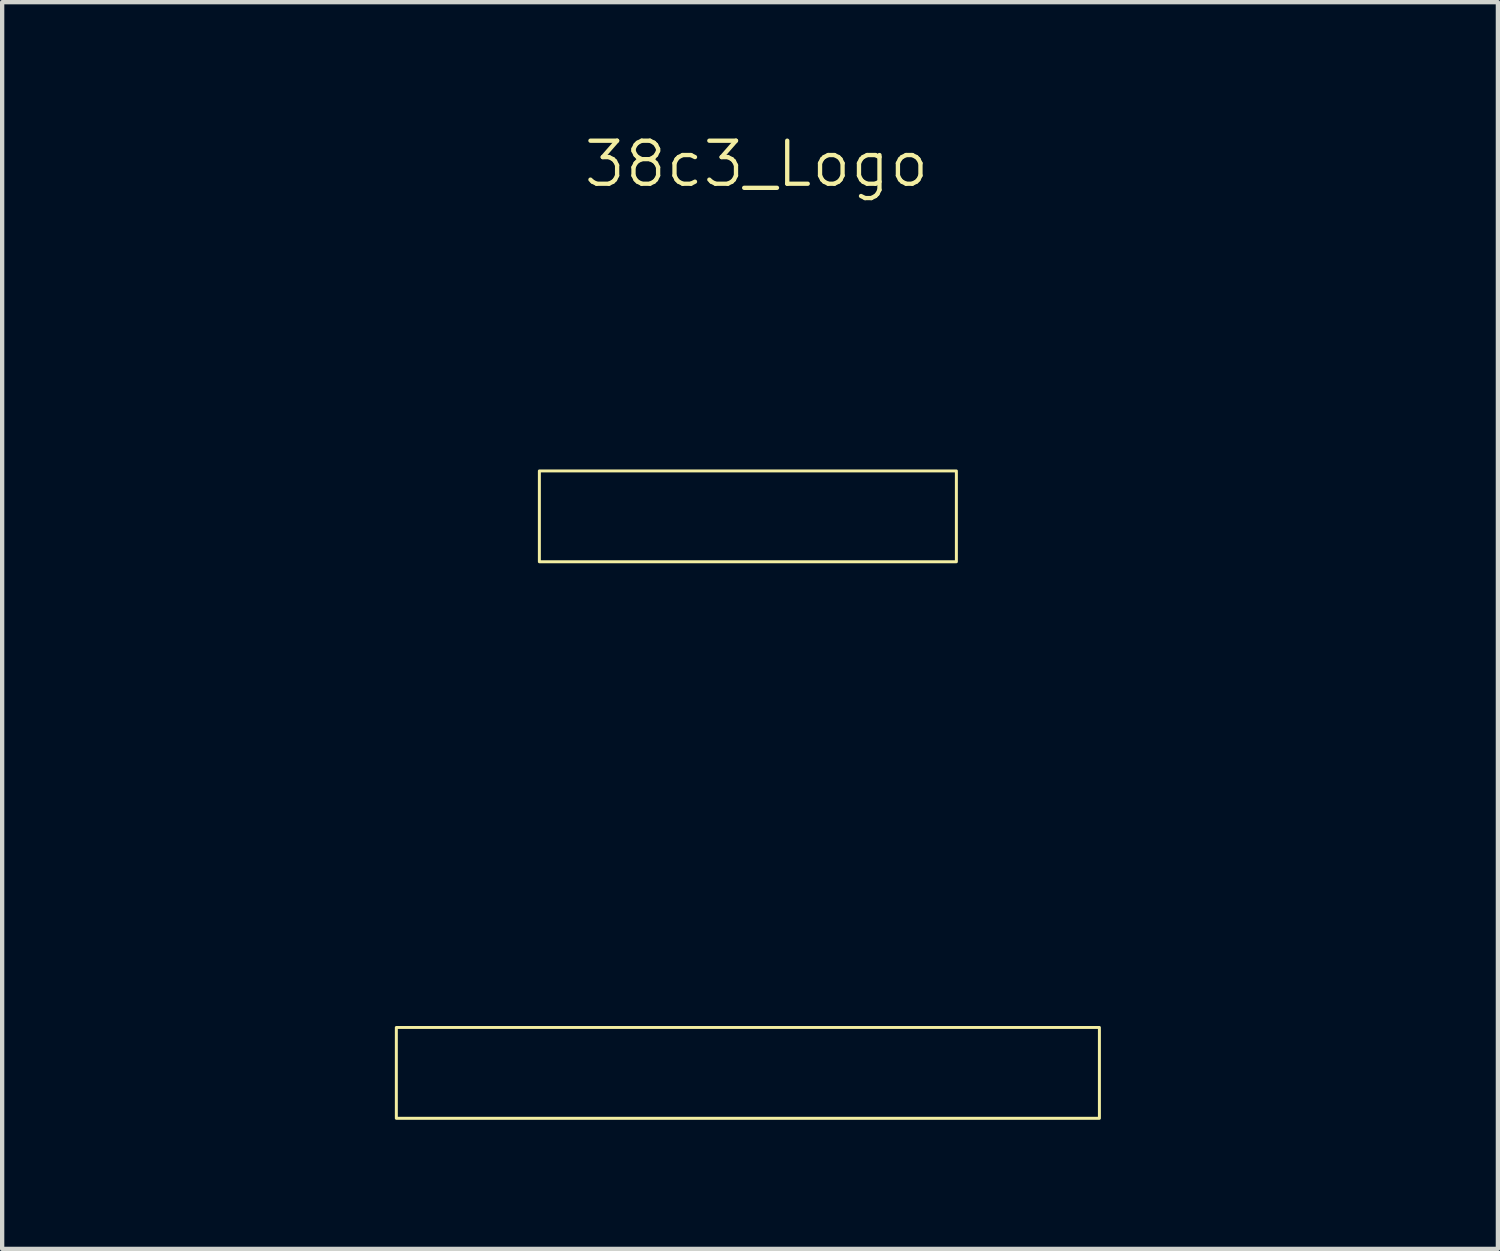
<source format=kicad_pcb>
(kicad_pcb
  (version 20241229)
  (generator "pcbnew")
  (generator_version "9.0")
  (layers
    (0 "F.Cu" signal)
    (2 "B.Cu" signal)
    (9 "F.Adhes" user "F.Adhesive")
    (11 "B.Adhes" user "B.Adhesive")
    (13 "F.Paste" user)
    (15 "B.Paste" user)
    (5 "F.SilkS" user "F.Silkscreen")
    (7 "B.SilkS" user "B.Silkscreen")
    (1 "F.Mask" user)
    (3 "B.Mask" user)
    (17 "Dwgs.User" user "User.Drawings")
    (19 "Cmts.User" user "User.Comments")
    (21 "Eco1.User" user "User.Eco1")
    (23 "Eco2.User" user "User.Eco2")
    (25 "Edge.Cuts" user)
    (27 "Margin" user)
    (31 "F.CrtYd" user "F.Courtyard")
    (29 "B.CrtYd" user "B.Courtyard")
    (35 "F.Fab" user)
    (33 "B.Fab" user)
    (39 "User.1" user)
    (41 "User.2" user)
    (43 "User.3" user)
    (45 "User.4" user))
  (footprint "38c3_Logo"
    (layer "F.Cu")
    (at 14.525 15.511)
    (property "Reference" "38c3_Logo" (at 0 -14.75 0) (unlocked yes) (layer "F.SilkS") (effects (font (size 1 1) (thickness 0.1))))
    (fp_poly (pts (xy -7.247 6.802) (xy -7.374 6.802) (xy -7.374 5.907) (xy -7.247 5.907)) (stroke (width -0.000001) (type solid)) (fill yes) (layer "F.Mask"))
    (fp_poly (pts (xy -3.929 -6.128) (xy -4.056 -6.128) (xy -4.056 -7.023) (xy -3.929 -7.023)) (stroke (width -0.000001) (type solid)) (fill yes) (layer "F.Mask"))
    (fp_poly (pts (xy 2.933 6.802) (xy 2.806 6.802) (xy 2.806 5.907) (xy 2.933 5.907)) (stroke (width -0.000001) (type solid)) (fill yes) (layer "F.Mask"))
    (fp_poly (pts (xy -3.078 -6.242) (xy -2.632 -6.242) (xy -2.632 -6.128) (xy -3.205 -6.128) (xy -3.205 -7.023) (xy -3.078 -7.023)) (stroke (width -0.000001) (type solid)) (fill yes) (layer "F.Mask"))
    (fp_poly (pts (xy -1.847 -6.242) (xy -1.401 -6.242) (xy -1.401 -6.128) (xy -1.974 -6.128) (xy -1.974 -7.023) (xy -1.847 -7.023)) (stroke (width -0.000001) (type solid)) (fill yes) (layer "F.Mask"))
    (fp_poly (pts (xy 3.311 -6.242) (xy 3.757 -6.242) (xy 3.757 -6.128) (xy 3.184 -6.128) (xy 3.184 -7.023) (xy 3.311 -7.023)) (stroke (width -0.000001) (type solid)) (fill yes) (layer "F.Mask"))
    (fp_poly (pts (xy -3.199 6.021) (xy -3.488 6.021) (xy -3.488 6.802) (xy -3.615 6.802) (xy -3.615 6.021) (xy -3.904 6.021) (xy -3.904 5.907) (xy -3.199 5.907)) (stroke (width -0.000001) (type solid)) (fill yes) (layer "F.Mask"))
    (fp_poly (pts (xy 2.151 6.021) (xy 1.862 6.021) (xy 1.862 6.802) (xy 1.735 6.802) (xy 1.735 6.021) (xy 1.446 6.021) (xy 1.446 5.907) (xy 2.151 5.907)) (stroke (width -0.000001) (type solid)) (fill yes) (layer "F.Mask"))
    (fp_poly (pts (xy -6.002 6.671) (xy -5.989 6.671) (xy -5.989 5.907) (xy -5.863 5.907) (xy -5.863 6.802) (xy -6.079 6.802) (xy -6.383 6.039) (xy -6.396 6.039) (xy -6.396 6.802) (xy -6.523 6.802) (xy -6.523 5.907) (xy -6.306 5.907)) (stroke (width -0.000001) (type solid)) (fill yes) (layer "F.Mask"))
    (fp_poly (pts (xy -0.171 -6.909) (xy -0.616 -6.909) (xy -0.616 -6.636) (xy -0.207 -6.636) (xy -0.207 -6.521) (xy -0.616 -6.521) (xy -0.616 -6.242) (xy -0.165 -6.242) (xy -0.165 -6.128) (xy -0.743 -6.128) (xy -0.743 -7.023) (xy -0.171 -7.023)) (stroke (width -0.000001) (type solid)) (fill yes) (layer "F.Mask"))
    (fp_poly (pts (xy 5.554 6.671) (xy 5.567 6.671) (xy 5.567 5.907) (xy 5.694 5.907) (xy 5.694 6.802) (xy 5.478 6.802) (xy 5.173 6.039) (xy 5.16 6.039) (xy 5.16 6.802) (xy 5.034 6.802) (xy 5.034 5.907) (xy 5.25 5.907)) (stroke (width -0.000001) (type solid)) (fill yes) (layer "F.Mask"))
    (fp_poly (pts (xy 2.534 -6.128) (xy 2.402 -6.128) (xy 2.335 -6.345) (xy 1.982 -6.345) (xy 1.916 -6.128) (xy 1.785 -6.128) (xy 1.888 -6.46) (xy 2.014 -6.46) (xy 2.303 -6.46) (xy 2.165 -6.913) (xy 2.152 -6.913) (xy 2.014 -6.46) (xy 1.888 -6.46) (xy 2.062 -7.023) (xy 2.257 -7.023)) (stroke (width -0.000001) (type solid)) (fill yes) (layer "F.Mask"))
    (fp_poly (pts (xy -1.086 6.5) (xy -1.086 6.513) (xy -1.085 6.525) (xy -1.084 6.537) (xy -1.082 6.548) (xy -1.08 6.559) (xy -1.078 6.569) (xy -1.075 6.58) (xy -1.072 6.589) (xy -1.068 6.599) (xy -1.064 6.608) (xy -1.06 6.617) (xy -1.055 6.625) (xy -1.05 6.633) (xy -1.044 6.641) (xy -1.038 6.648) (xy -1.031 6.654) (xy -1.024 6.661) (xy -1.017 6.667) (xy -1.009 6.672) (xy -1.001 6.678) (xy -0.993 6.682) (xy -0.984 6.687) (xy -0.975 6.691) (xy -0.965 6.694) (xy -0.956 6.697) (xy -0.945 6.7) (xy -0.935 6.702) (xy -0.924 6.704) (xy -0.912 6.706) (xy -0.901 6.707) (xy -0.888 6.707) (xy -0.876 6.708) (xy -0.864 6.707) (xy -0.852 6.707) (xy -0.84 6.706) (xy -0.828 6.704) (xy -0.817 6.702) (xy -0.807 6.7) (xy -0.797 6.697) (xy -0.787 6.694) (xy -0.777 6.691) (xy -0.768 6.687) (xy -0.759 6.682) (xy -0.751 6.678) (xy -0.743 6.672) (xy -0.735 6.667) (xy -0.728 6.661) (xy -0.721 6.654) (xy -0.714 6.648) (xy -0.708 6.641) (xy -0.703 6.633) (xy -0.697 6.625) (xy -0.692 6.617) (xy -0.688 6.608) (xy -0.684 6.599) (xy -0.68 6.589) (xy -0.677 6.58) (xy -0.674 6.569) (xy -0.672 6.559) (xy -0.67 6.548) (xy -0.668 6.537) (xy -0.667 6.525) (xy -0.666 6.513) (xy -0.666 6.5) (xy -0.666 5.907) (xy -0.54 5.907) (xy -0.54 6.498) (xy -0.54 6.517) (xy -0.541 6.536) (xy -0.543 6.554) (xy -0.546 6.571) (xy -0.549 6.588) (xy -0.553 6.605) (xy -0.558 6.62) (xy -0.563 6.636) (xy -0.569 6.65) (xy -0.576 6.664) (xy -0.584 6.678) (xy -0.592 6.691) (xy -0.601 6.703) (xy -0.61 6.715) (xy -0.62 6.726) (xy -0.631 6.737) (xy -0.642 6.747) (xy -0.654 6.756) (xy -0.666 6.765) (xy -0.679 6.773) (xy -0.693 6.78) (xy -0.707 6.787) (xy -0.721 6.793) (xy -0.737 6.799) (xy -0.752 6.804) (xy -0.769 6.808) (xy -0.785 6.812) (xy -0.802 6.815) (xy -0.82 6.817) (xy -0.838 6.819) (xy -0.857 6.82) (xy -0.876 6.82) (xy -0.895 6.82) (xy -0.914 6.819) (xy -0.932 6.817) (xy -0.95 6.815) (xy -0.967 6.812) (xy -0.984 6.808) (xy -1 6.804) (xy -1.015 6.799) (xy -1.031 6.793) (xy -1.045 6.787) (xy -1.059 6.78) (xy -1.073 6.773) (xy -1.086 6.765) (xy -1.098 6.756) (xy -1.11 6.747) (xy -1.121 6.737) (xy -1.132 6.726) (xy -1.142 6.715) (xy -1.152 6.703) (xy -1.16 6.691) (xy -1.168 6.678) (xy -1.176 6.664) (xy -1.183 6.65) (xy -1.189 6.636) (xy -1.194 6.62) (xy -1.199 6.605) (xy -1.203 6.588) (xy -1.206 6.571) (xy -1.209 6.554) (xy -1.211 6.536) (xy -1.212 6.517) (xy -1.212 6.498) (xy -1.212 5.907) (xy -1.086 5.907)) (stroke (width -0.000001) (type solid)) (fill yes) (layer "F.Mask"))
    (fp_poly (pts (xy -2.153 5.909) (xy -2.138 5.909) (xy -2.123 5.911) (xy -2.109 5.913) (xy -2.095 5.916) (xy -2.081 5.919) (xy -2.068 5.923) (xy -2.055 5.927) (xy -2.042 5.932) (xy -2.03 5.937) (xy -2.018 5.943) (xy -2.007 5.949) (xy -1.996 5.956) (xy -1.985 5.964) (xy -1.975 5.972) (xy -1.965 5.98) (xy -1.956 5.989) (xy -1.948 5.999) (xy -1.939 6.008) (xy -1.932 6.019) (xy -1.925 6.03) (xy -1.918 6.041) (xy -1.912 6.053) (xy -1.907 6.065) (xy -1.902 6.077) (xy -1.898 6.09) (xy -1.894 6.104) (xy -1.891 6.118) (xy -1.889 6.132) (xy -1.887 6.146) (xy -1.886 6.161) (xy -1.886 6.177) (xy -1.886 6.177) (xy -1.886 6.19) (xy -1.887 6.203) (xy -1.888 6.215) (xy -1.89 6.227) (xy -1.892 6.239) (xy -1.894 6.251) (xy -1.897 6.262) (xy -1.901 6.274) (xy -1.905 6.284) (xy -1.91 6.295) (xy -1.914 6.305) (xy -1.92 6.315) (xy -1.925 6.324) (xy -1.931 6.334) (xy -1.938 6.343) (xy -1.945 6.351) (xy -1.952 6.359) (xy -1.959 6.367) (xy -1.967 6.375) (xy -1.976 6.382) (xy -1.984 6.389) (xy -1.993 6.395) (xy -2.002 6.401) (xy -2.012 6.407) (xy -2.032 6.417) (xy -2.053 6.426) (xy -2.075 6.433) (xy -2.098 6.439) (xy -1.902 6.802) (xy -2.047 6.802) (xy -2.228 6.445) (xy -2.418 6.445) (xy -2.418 6.802) (xy -2.544 6.802) (xy -2.544 6.332) (xy -2.418 6.332) (xy -2.181 6.332) (xy -2.171 6.331) (xy -2.162 6.331) (xy -2.153 6.33) (xy -2.144 6.329) (xy -2.135 6.327) (xy -2.126 6.326) (xy -2.118 6.323) (xy -2.11 6.321) (xy -2.103 6.318) (xy -2.095 6.315) (xy -2.088 6.312) (xy -2.081 6.308) (xy -2.075 6.304) (xy -2.069 6.3) (xy -2.063 6.295) (xy -2.057 6.29) (xy -2.052 6.285) (xy -2.047 6.28) (xy -2.042 6.274) (xy -2.038 6.268) (xy -2.034 6.262) (xy -2.03 6.255) (xy -2.027 6.248) (xy -2.024 6.241) (xy -2.021 6.234) (xy -2.019 6.227) (xy -2.017 6.219) (xy -2.015 6.211) (xy -2.014 6.203) (xy -2.013 6.194) (xy -2.012 6.186) (xy -2.012 6.177) (xy -2.012 6.168) (xy -2.013 6.159) (xy -2.014 6.151) (xy -2.015 6.142) (xy -2.017 6.134) (xy -2.019 6.126) (xy -2.021 6.119) (xy -2.024 6.112) (xy -2.027 6.105) (xy -2.03 6.098) (xy -2.034 6.091) (xy -2.038 6.085) (xy -2.042 6.079) (xy -2.047 6.074) (xy -2.052 6.068) (xy -2.057 6.063) (xy -2.063 6.058) (xy -2.069 6.054) (xy -2.075 6.049) (xy -2.081 6.045) (xy -2.088 6.042) (xy -2.095 6.038) (xy -2.103 6.035) (xy -2.11 6.033) (xy -2.118 6.03) (xy -2.126 6.028) (xy -2.135 6.026) (xy -2.144 6.025) (xy -2.153 6.024) (xy -2.162 6.023) (xy -2.171 6.022) (xy -2.181 6.022) (xy -2.418 6.022) (xy -2.418 6.332) (xy -2.544 6.332) (xy -2.544 5.908) (xy -2.168 5.908)) (stroke (width -0.000001) (type solid)) (fill yes) (layer "F.Mask"))
    (fp_poly (pts (xy 0.528 5.889) (xy 0.548 5.891) (xy 0.567 5.892) (xy 0.585 5.895) (xy 0.603 5.898) (xy 0.62 5.902) (xy 0.637 5.906) (xy 0.653 5.912) (xy 0.669 5.918) (xy 0.684 5.924) (xy 0.698 5.931) (xy 0.711 5.939) (xy 0.725 5.947) (xy 0.737 5.956) (xy 0.749 5.966) (xy 0.76 5.976) (xy 0.77 5.987) (xy 0.78 5.998) (xy 0.79 6.01) (xy 0.798 6.023) (xy 0.806 6.035) (xy 0.813 6.049) (xy 0.82 6.063) (xy 0.826 6.077) (xy 0.831 6.092) (xy 0.836 6.108) (xy 0.84 6.124) (xy 0.843 6.14) (xy 0.845 6.157) (xy 0.847 6.174) (xy 0.848 6.192) (xy 0.849 6.21) (xy 0.849 6.231) (xy 0.722 6.231) (xy 0.722 6.209) (xy 0.722 6.198) (xy 0.721 6.187) (xy 0.72 6.176) (xy 0.718 6.165) (xy 0.716 6.155) (xy 0.714 6.145) (xy 0.711 6.135) (xy 0.708 6.126) (xy 0.704 6.116) (xy 0.7 6.107) (xy 0.696 6.099) (xy 0.691 6.09) (xy 0.686 6.082) (xy 0.68 6.075) (xy 0.674 6.067) (xy 0.667 6.06) (xy 0.66 6.053) (xy 0.653 6.047) (xy 0.645 6.041) (xy 0.637 6.035) (xy 0.629 6.03) (xy 0.62 6.025) (xy 0.61 6.021) (xy 0.6 6.017) (xy 0.59 6.014) (xy 0.58 6.01) (xy 0.569 6.008) (xy 0.557 6.006) (xy 0.546 6.004) (xy 0.534 6.003) (xy 0.521 6.002) (xy 0.508 6.002) (xy 0.495 6.002) (xy 0.482 6.003) (xy 0.469 6.004) (xy 0.456 6.006) (xy 0.444 6.009) (xy 0.433 6.011) (xy 0.421 6.015) (xy 0.41 6.019) (xy 0.4 6.024) (xy 0.39 6.029) (xy 0.38 6.034) (xy 0.371 6.04) (xy 0.362 6.047) (xy 0.353 6.054) (xy 0.345 6.061) (xy 0.337 6.069) (xy 0.33 6.077) (xy 0.323 6.086) (xy 0.317 6.096) (xy 0.311 6.105) (xy 0.305 6.115) (xy 0.3 6.126) (xy 0.296 6.137) (xy 0.291 6.148) (xy 0.288 6.16) (xy 0.284 6.172) (xy 0.282 6.185) (xy 0.28 6.198) (xy 0.278 6.211) (xy 0.277 6.225) (xy 0.276 6.239) (xy 0.275 6.254) (xy 0.275 6.456) (xy 0.276 6.47) (xy 0.277 6.484) (xy 0.278 6.498) (xy 0.28 6.511) (xy 0.282 6.524) (xy 0.285 6.537) (xy 0.288 6.549) (xy 0.292 6.561) (xy 0.296 6.572) (xy 0.3 6.583) (xy 0.305 6.594) (xy 0.311 6.604) (xy 0.317 6.614) (xy 0.323 6.623) (xy 0.33 6.632) (xy 0.338 6.64) (xy 0.345 6.648) (xy 0.354 6.656) (xy 0.362 6.663) (xy 0.371 6.669) (xy 0.38 6.675) (xy 0.39 6.681) (xy 0.4 6.686) (xy 0.411 6.69) (xy 0.422 6.694) (xy 0.433 6.698) (xy 0.445 6.701) (xy 0.457 6.703) (xy 0.469 6.705) (xy 0.482 6.707) (xy 0.495 6.707) (xy 0.508 6.708) (xy 0.522 6.707) (xy 0.534 6.707) (xy 0.547 6.705) (xy 0.559 6.704) (xy 0.57 6.702) (xy 0.581 6.699) (xy 0.592 6.696) (xy 0.602 6.692) (xy 0.612 6.688) (xy 0.621 6.684) (xy 0.63 6.679) (xy 0.639 6.674) (xy 0.647 6.669) (xy 0.655 6.663) (xy 0.662 6.656) (xy 0.669 6.65) (xy 0.675 6.643) (xy 0.681 6.635) (xy 0.687 6.628) (xy 0.692 6.62) (xy 0.697 6.611) (xy 0.701 6.603) (xy 0.705 6.594) (xy 0.709 6.585) (xy 0.712 6.575) (xy 0.714 6.565) (xy 0.717 6.555) (xy 0.719 6.545) (xy 0.72 6.535) (xy 0.721 6.524) (xy 0.722 6.502) (xy 0.722 6.472) (xy 0.849 6.472) (xy 0.849 6.5) (xy 0.848 6.519) (xy 0.847 6.536) (xy 0.845 6.554) (xy 0.843 6.57) (xy 0.839 6.587) (xy 0.835 6.603) (xy 0.831 6.618) (xy 0.825 6.633) (xy 0.819 6.647) (xy 0.812 6.661) (xy 0.805 6.675) (xy 0.797 6.688) (xy 0.788 6.7) (xy 0.779 6.712) (xy 0.769 6.723) (xy 0.758 6.734) (xy 0.747 6.744) (xy 0.735 6.753) (xy 0.722 6.762) (xy 0.709 6.771) (xy 0.696 6.778) (xy 0.681 6.785) (xy 0.666 6.792) (xy 0.651 6.798) (xy 0.635 6.803) (xy 0.619 6.807) (xy 0.601 6.811) (xy 0.584 6.815) (xy 0.566 6.817) (xy 0.547 6.819) (xy 0.528 6.82) (xy 0.508 6.82) (xy 0.488 6.82) (xy 0.468 6.819) (xy 0.448 6.817) (xy 0.429 6.814) (xy 0.41 6.811) (xy 0.392 6.806) (xy 0.375 6.801) (xy 0.358 6.796) (xy 0.342 6.789) (xy 0.326 6.782) (xy 0.311 6.774) (xy 0.297 6.766) (xy 0.283 6.757) (xy 0.27 6.747) (xy 0.257 6.736) (xy 0.245 6.724) (xy 0.234 6.712) (xy 0.223 6.7) (xy 0.213 6.686) (xy 0.204 6.672) (xy 0.195 6.657) (xy 0.187 6.642) (xy 0.18 6.626) (xy 0.174 6.609) (xy 0.168 6.592) (xy 0.163 6.574) (xy 0.159 6.555) (xy 0.155 6.536) (xy 0.152 6.516) (xy 0.15 6.496) (xy 0.149 6.475) (xy 0.149 6.453) (xy 0.149 6.256) (xy 0.149 6.234) (xy 0.15 6.213) (xy 0.153 6.193) (xy 0.155 6.173) (xy 0.159 6.154) (xy 0.163 6.135) (xy 0.168 6.117) (xy 0.174 6.1) (xy 0.181 6.083) (xy 0.188 6.067) (xy 0.196 6.052) (xy 0.205 6.037) (xy 0.214 6.023) (xy 0.224 6.01) (xy 0.235 5.997) (xy 0.246 5.985) (xy 0.258 5.973) (xy 0.271 5.963) (xy 0.284 5.953) (xy 0.298 5.943) (xy 0.312 5.935) (xy 0.327 5.927) (xy 0.343 5.92) (xy 0.359 5.913) (xy 0.376 5.908) (xy 0.393 5.903) (xy 0.411 5.899) (xy 0.43 5.895) (xy 0.449 5.893) (xy 0.468 5.891) (xy 0.488 5.889) (xy 0.508 5.889)) (stroke (width -0.000001) (type solid)) (fill yes) (layer "F.Mask"))
    (fp_poly (pts (xy 4.003 5.889) (xy 4.023 5.891) (xy 4.042 5.892) (xy 4.061 5.895) (xy 4.079 5.898) (xy 4.097 5.902) (xy 4.114 5.907) (xy 4.131 5.913) (xy 4.147 5.919) (xy 4.162 5.926) (xy 4.177 5.933) (xy 4.192 5.942) (xy 4.205 5.951) (xy 4.219 5.96) (xy 4.231 5.971) (xy 4.243 5.982) (xy 4.254 5.994) (xy 4.265 6.006) (xy 4.275 6.019) (xy 4.284 6.033) (xy 4.293 6.048) (xy 4.301 6.063) (xy 4.308 6.079) (xy 4.315 6.095) (xy 4.321 6.112) (xy 4.326 6.13) (xy 4.33 6.149) (xy 4.334 6.168) (xy 4.336 6.188) (xy 4.338 6.208) (xy 4.34 6.229) (xy 4.34 6.251) (xy 4.34 6.458) (xy 4.34 6.48) (xy 4.338 6.501) (xy 4.336 6.522) (xy 4.334 6.541) (xy 4.33 6.561) (xy 4.326 6.579) (xy 4.321 6.597) (xy 4.315 6.614) (xy 4.308 6.631) (xy 4.301 6.646) (xy 4.293 6.662) (xy 4.284 6.676) (xy 4.275 6.69) (xy 4.265 6.703) (xy 4.254 6.716) (xy 4.243 6.727) (xy 4.231 6.739) (xy 4.219 6.749) (xy 4.205 6.759) (xy 4.192 6.768) (xy 4.177 6.776) (xy 4.162 6.784) (xy 4.147 6.791) (xy 4.131 6.797) (xy 4.114 6.802) (xy 4.097 6.807) (xy 4.079 6.811) (xy 4.061 6.814) (xy 4.042 6.817) (xy 4.023 6.819) (xy 4.003 6.82) (xy 3.983 6.82) (xy 3.963 6.82) (xy 3.943 6.819) (xy 3.924 6.817) (xy 3.905 6.814) (xy 3.887 6.811) (xy 3.869 6.807) (xy 3.852 6.802) (xy 3.836 6.797) (xy 3.82 6.791) (xy 3.804 6.784) (xy 3.789 6.776) (xy 3.775 6.768) (xy 3.761 6.759) (xy 3.748 6.749) (xy 3.735 6.739) (xy 3.723 6.727) (xy 3.712 6.716) (xy 3.701 6.703) (xy 3.691 6.69) (xy 3.682 6.676) (xy 3.673 6.662) (xy 3.665 6.646) (xy 3.658 6.631) (xy 3.651 6.614) (xy 3.646 6.597) (xy 3.641 6.579) (xy 3.636 6.561) (xy 3.633 6.541) (xy 3.63 6.522) (xy 3.628 6.501) (xy 3.627 6.48) (xy 3.626 6.458) (xy 3.626 6.251) (xy 3.626 6.246) (xy 3.753 6.246) (xy 3.753 6.463) (xy 3.753 6.477) (xy 3.754 6.491) (xy 3.755 6.504) (xy 3.757 6.517) (xy 3.759 6.53) (xy 3.762 6.542) (xy 3.765 6.554) (xy 3.769 6.565) (xy 3.773 6.576) (xy 3.777 6.587) (xy 3.782 6.597) (xy 3.788 6.607) (xy 3.794 6.616) (xy 3.8 6.625) (xy 3.807 6.634) (xy 3.814 6.642) (xy 3.821 6.65) (xy 3.829 6.657) (xy 3.838 6.664) (xy 3.847 6.67) (xy 3.856 6.676) (xy 3.866 6.681) (xy 3.876 6.686) (xy 3.886 6.691) (xy 3.897 6.695) (xy 3.908 6.698) (xy 3.92 6.701) (xy 3.932 6.703) (xy 3.944 6.705) (xy 3.957 6.707) (xy 3.97 6.707) (xy 3.983 6.708) (xy 3.996 6.707) (xy 4.01 6.707) (xy 4.022 6.705) (xy 4.034 6.703) (xy 4.046 6.701) (xy 4.058 6.698) (xy 4.069 6.695) (xy 4.08 6.691) (xy 4.09 6.686) (xy 4.101 6.681) (xy 4.11 6.676) (xy 4.119 6.67) (xy 4.128 6.664) (xy 4.137 6.657) (xy 4.145 6.65) (xy 4.152 6.642) (xy 4.16 6.634) (xy 4.166 6.625) (xy 4.173 6.616) (xy 4.179 6.607) (xy 4.184 6.597) (xy 4.189 6.587) (xy 4.194 6.576) (xy 4.198 6.565) (xy 4.201 6.554) (xy 4.204 6.542) (xy 4.207 6.53) (xy 4.209 6.517) (xy 4.211 6.504) (xy 4.212 6.491) (xy 4.213 6.477) (xy 4.213 6.463) (xy 4.213 6.246) (xy 4.213 6.232) (xy 4.212 6.218) (xy 4.211 6.205) (xy 4.209 6.192) (xy 4.207 6.18) (xy 4.204 6.167) (xy 4.201 6.156) (xy 4.198 6.144) (xy 4.194 6.133) (xy 4.189 6.122) (xy 4.184 6.112) (xy 4.179 6.102) (xy 4.173 6.093) (xy 4.166 6.084) (xy 4.16 6.075) (xy 4.152 6.067) (xy 4.145 6.059) (xy 4.137 6.052) (xy 4.128 6.045) (xy 4.119 6.039) (xy 4.11 6.033) (xy 4.101 6.028) (xy 4.09 6.023) (xy 4.08 6.019) (xy 4.069 6.015) (xy 4.058 6.011) (xy 4.046 6.008) (xy 4.034 6.006) (xy 4.022 6.004) (xy 4.01 6.003) (xy 3.996 6.002) (xy 3.983 6.002) (xy 3.97 6.002) (xy 3.957 6.003) (xy 3.944 6.004) (xy 3.932 6.006) (xy 3.92 6.008) (xy 3.908 6.011) (xy 3.897 6.015) (xy 3.886 6.019) (xy 3.876 6.023) (xy 3.866 6.028) (xy 3.856 6.033) (xy 3.847 6.039) (xy 3.838 6.045) (xy 3.829 6.052) (xy 3.821 6.059) (xy 3.814 6.067) (xy 3.807 6.075) (xy 3.8 6.084) (xy 3.794 6.093) (xy 3.788 6.102) (xy 3.782 6.112) (xy 3.777 6.122) (xy 3.773 6.133) (xy 3.769 6.144) (xy 3.765 6.156) (xy 3.762 6.167) (xy 3.759 6.18) (xy 3.757 6.192) (xy 3.755 6.205) (xy 3.754 6.218) (xy 3.753 6.232) (xy 3.753 6.246) (xy 3.626 6.246) (xy 3.627 6.229) (xy 3.628 6.208) (xy 3.63 6.188) (xy 3.633 6.168) (xy 3.636 6.149) (xy 3.641 6.13) (xy 3.646 6.112) (xy 3.651 6.095) (xy 3.658 6.079) (xy 3.665 6.063) (xy 3.673 6.048) (xy 3.682 6.033) (xy 3.691 6.019) (xy 3.701 6.006) (xy 3.712 5.994) (xy 3.723 5.982) (xy 3.735 5.971) (xy 3.748 5.96) (xy 3.761 5.951) (xy 3.775 5.942) (xy 3.789 5.933) (xy 3.804 5.926) (xy 3.82 5.919) (xy 3.836 5.913) (xy 3.852 5.907) (xy 3.869 5.902) (xy 3.887 5.898) (xy 3.905 5.895) (xy 3.924 5.892) (xy 3.943 5.891) (xy 3.963 5.889) (xy 3.983 5.889)) (stroke (width -0.000001) (type solid)) (fill yes) (layer "F.Mask"))
    (fp_poly (pts (xy 0.868 -7.041) (xy 0.887 -7.04) (xy 0.906 -7.038) (xy 0.924 -7.035) (xy 0.942 -7.032) (xy 0.959 -7.028) (xy 0.975 -7.024) (xy 0.991 -7.019) (xy 1.006 -7.013) (xy 1.021 -7.006) (xy 1.035 -6.999) (xy 1.048 -6.991) (xy 1.061 -6.983) (xy 1.073 -6.974) (xy 1.084 -6.965) (xy 1.095 -6.955) (xy 1.105 -6.944) (xy 1.114 -6.933) (xy 1.123 -6.921) (xy 1.131 -6.909) (xy 1.139 -6.896) (xy 1.146 -6.883) (xy 1.152 -6.869) (xy 1.158 -6.855) (xy 1.163 -6.84) (xy 1.167 -6.825) (xy 1.171 -6.81) (xy 1.174 -6.794) (xy 1.176 -6.777) (xy 1.178 -6.76) (xy 1.179 -6.743) (xy 1.179 -6.725) (xy 1.179 -6.712) (xy 1.052 -6.712) (xy 1.052 -6.727) (xy 1.051 -6.748) (xy 1.051 -6.759) (xy 1.049 -6.769) (xy 1.047 -6.779) (xy 1.045 -6.789) (xy 1.043 -6.799) (xy 1.04 -6.808) (xy 1.036 -6.817) (xy 1.033 -6.826) (xy 1.028 -6.835) (xy 1.024 -6.843) (xy 1.019 -6.851) (xy 1.014 -6.858) (xy 1.008 -6.865) (xy 1.002 -6.872) (xy 0.995 -6.879) (xy 0.988 -6.885) (xy 0.981 -6.891) (xy 0.973 -6.896) (xy 0.965 -6.901) (xy 0.956 -6.906) (xy 0.947 -6.91) (xy 0.938 -6.914) (xy 0.928 -6.917) (xy 0.918 -6.92) (xy 0.907 -6.923) (xy 0.896 -6.925) (xy 0.885 -6.926) (xy 0.873 -6.928) (xy 0.86 -6.928) (xy 0.848 -6.929) (xy 0.834 -6.928) (xy 0.821 -6.927) (xy 0.808 -6.926) (xy 0.796 -6.924) (xy 0.784 -6.922) (xy 0.772 -6.919) (xy 0.761 -6.915) (xy 0.75 -6.911) (xy 0.739 -6.907) (xy 0.729 -6.902) (xy 0.719 -6.896) (xy 0.709 -6.89) (xy 0.7 -6.884) (xy 0.692 -6.877) (xy 0.684 -6.869) (xy 0.676 -6.861) (xy 0.669 -6.853) (xy 0.662 -6.844) (xy 0.655 -6.835) (xy 0.649 -6.825) (xy 0.644 -6.815) (xy 0.638 -6.804) (xy 0.634 -6.793) (xy 0.63 -6.782) (xy 0.626 -6.77) (xy 0.623 -6.758) (xy 0.62 -6.745) (xy 0.618 -6.732) (xy 0.616 -6.719) (xy 0.615 -6.705) (xy 0.614 -6.691) (xy 0.614 -6.677) (xy 0.614 -6.475) (xy 0.614 -6.46) (xy 0.615 -6.446) (xy 0.616 -6.432) (xy 0.618 -6.419) (xy 0.62 -6.406) (xy 0.623 -6.393) (xy 0.626 -6.381) (xy 0.63 -6.369) (xy 0.634 -6.358) (xy 0.638 -6.347) (xy 0.644 -6.336) (xy 0.649 -6.326) (xy 0.655 -6.317) (xy 0.662 -6.307) (xy 0.668 -6.298) (xy 0.676 -6.29) (xy 0.683 -6.282) (xy 0.692 -6.275) (xy 0.7 -6.268) (xy 0.709 -6.261) (xy 0.719 -6.255) (xy 0.728 -6.25) (xy 0.738 -6.245) (xy 0.749 -6.24) (xy 0.76 -6.236) (xy 0.771 -6.232) (xy 0.783 -6.229) (xy 0.795 -6.227) (xy 0.807 -6.225) (xy 0.82 -6.224) (xy 0.833 -6.223) (xy 0.846 -6.223) (xy 0.86 -6.223) (xy 0.872 -6.223) (xy 0.885 -6.225) (xy 0.897 -6.226) (xy 0.908 -6.228) (xy 0.919 -6.231) (xy 0.93 -6.233) (xy 0.94 -6.237) (xy 0.95 -6.24) (xy 0.959 -6.245) (xy 0.968 -6.249) (xy 0.977 -6.254) (xy 0.985 -6.259) (xy 0.993 -6.265) (xy 1 -6.271) (xy 1.007 -6.278) (xy 1.013 -6.284) (xy 1.019 -6.292) (xy 1.025 -6.299) (xy 1.03 -6.307) (xy 1.035 -6.315) (xy 1.039 -6.324) (xy 1.043 -6.333) (xy 1.047 -6.342) (xy 1.05 -6.352) (xy 1.053 -6.362) (xy 1.055 -6.372) (xy 1.057 -6.383) (xy 1.058 -6.394) (xy 1.059 -6.405) (xy 1.06 -6.428) (xy 1.06 -6.453) (xy 0.808 -6.453) (xy 0.808 -6.562) (xy 1.184 -6.562) (xy 1.184 -6.44) (xy 1.184 -6.421) (xy 1.183 -6.402) (xy 1.181 -6.384) (xy 1.178 -6.367) (xy 1.175 -6.35) (xy 1.171 -6.333) (xy 1.166 -6.317) (xy 1.161 -6.302) (xy 1.155 -6.287) (xy 1.148 -6.272) (xy 1.141 -6.258) (xy 1.133 -6.245) (xy 1.125 -6.232) (xy 1.115 -6.22) (xy 1.105 -6.209) (xy 1.095 -6.198) (xy 1.084 -6.187) (xy 1.072 -6.178) (xy 1.059 -6.169) (xy 1.047 -6.16) (xy 1.033 -6.152) (xy 1.019 -6.145) (xy 1.004 -6.139) (xy 0.989 -6.133) (xy 0.973 -6.127) (xy 0.956 -6.123) (xy 0.939 -6.119) (xy 0.922 -6.116) (xy 0.904 -6.113) (xy 0.885 -6.111) (xy 0.866 -6.11) (xy 0.846 -6.11) (xy 0.826 -6.11) (xy 0.806 -6.112) (xy 0.786 -6.113) (xy 0.767 -6.116) (xy 0.749 -6.12) (xy 0.731 -6.124) (xy 0.714 -6.129) (xy 0.697 -6.134) (xy 0.681 -6.141) (xy 0.665 -6.148) (xy 0.65 -6.156) (xy 0.635 -6.164) (xy 0.622 -6.174) (xy 0.608 -6.184) (xy 0.596 -6.194) (xy 0.584 -6.206) (xy 0.572 -6.218) (xy 0.562 -6.231) (xy 0.552 -6.244) (xy 0.542 -6.258) (xy 0.534 -6.273) (xy 0.526 -6.288) (xy 0.518 -6.304) (xy 0.512 -6.321) (xy 0.506 -6.338) (xy 0.501 -6.356) (xy 0.497 -6.375) (xy 0.493 -6.394) (xy 0.491 -6.414) (xy 0.489 -6.434) (xy 0.487 -6.455) (xy 0.487 -6.477) (xy 0.487 -6.674) (xy 0.487 -6.696) (xy 0.489 -6.717) (xy 0.491 -6.737) (xy 0.493 -6.757) (xy 0.497 -6.776) (xy 0.501 -6.795) (xy 0.506 -6.813) (xy 0.512 -6.83) (xy 0.519 -6.847) (xy 0.526 -6.863) (xy 0.534 -6.878) (xy 0.543 -6.893) (xy 0.552 -6.907) (xy 0.563 -6.921) (xy 0.573 -6.933) (xy 0.585 -6.945) (xy 0.597 -6.957) (xy 0.61 -6.967) (xy 0.623 -6.977) (xy 0.637 -6.987) (xy 0.651 -6.995) (xy 0.666 -7.003) (xy 0.682 -7.01) (xy 0.698 -7.017) (xy 0.715 -7.022) (xy 0.733 -7.027) (xy 0.751 -7.032) (xy 0.769 -7.035) (xy 0.788 -7.038) (xy 0.807 -7.04) (xy 0.827 -7.041) (xy 0.848 -7.041)) (stroke (width -0.000001) (type solid)) (fill yes) (layer "F.Mask"))
    (fp_poly (pts (xy 3.797 -3.871) (xy 4.126 -3.831) (xy 4.447 -3.767) (xy 4.758 -3.682) (xy 5.058 -3.577) (xy 5.342 -3.456) (xy 5.611 -3.32) (xy 5.86 -3.172) (xy 6.088 -3.015) (xy 6.293 -2.85) (xy 6.473 -2.679) (xy 6.625 -2.506) (xy 6.747 -2.333) (xy 6.796 -2.247) (xy 6.837 -2.161) (xy 6.869 -2.077) (xy 6.892 -1.994) (xy 6.906 -1.913) (xy 6.911 -1.833) (xy 6.908 -1.769) (xy 6.901 -1.706) (xy 6.888 -1.644) (xy 6.871 -1.584) (xy 6.849 -1.527) (xy 6.823 -1.471) (xy 6.792 -1.418) (xy 6.758 -1.367) (xy 6.72 -1.319) (xy 6.678 -1.275) (xy 6.633 -1.233) (xy 6.585 -1.195) (xy 6.534 -1.161) (xy 6.48 -1.131) (xy 6.424 -1.105) (xy 6.365 -1.083) (xy 6.305 -1.066) (xy 6.242 -1.053) (xy 6.177 -1.046) (xy 6.111 -1.043) (xy 6.044 -1.046) (xy 5.975 -1.055) (xy 5.905 -1.07) (xy 5.835 -1.091) (xy 5.764 -1.118) (xy 5.692 -1.151) (xy 5.621 -1.191) (xy 5.549 -1.238) (xy 5.478 -1.293) (xy 5.407 -1.354) (xy 5.336 -1.424) (xy 5.267 -1.501) (xy 3.878 -3.134) (xy 3.795 -3.221) (xy 3.708 -3.294) (xy 3.618 -3.352) (xy 3.526 -3.398) (xy 3.431 -3.431) (xy 3.335 -3.452) (xy 3.239 -3.461) (xy 3.143 -3.46) (xy 3.048 -3.449) (xy 2.954 -3.429) (xy 2.863 -3.4) (xy 2.774 -3.362) (xy 2.69 -3.317) (xy 2.609 -3.266) (xy 2.534 -3.208) (xy 2.464 -3.144) (xy 2.401 -3.075) (xy 2.344 -3.002) (xy 2.296 -2.925) (xy 2.256 -2.845) (xy 2.225 -2.763) (xy 2.204 -2.678) (xy 2.193 -2.593) (xy 2.194 -2.507) (xy 2.207 -2.42) (xy 2.232 -2.335) (xy 2.271 -2.251) (xy 2.323 -2.168) (xy 2.391 -2.089) (xy 2.473 -2.012) (xy 2.572 -1.939) (xy 2.687 -1.871) (xy 3.207 -1.596) (xy 3.278 -1.554) (xy 3.343 -1.511) (xy 3.403 -1.466) (xy 3.456 -1.418) (xy 3.503 -1.369) (xy 3.545 -1.319) (xy 3.582 -1.268) (xy 3.613 -1.215) (xy 3.638 -1.162) (xy 3.659 -1.108) (xy 3.674 -1.053) (xy 3.685 -0.998) (xy 3.691 -0.943) (xy 3.692 -0.889) (xy 3.688 -0.834) (xy 3.681 -0.78) (xy 3.668 -0.727) (xy 3.652 -0.674) (xy 3.632 -0.623) (xy 3.608 -0.573) (xy 3.58 -0.525) (xy 3.548 -0.478) (xy 3.513 -0.433) (xy 3.474 -0.39) (xy 3.432 -0.349) (xy 3.387 -0.311) (xy 3.339 -0.275) (xy 3.287 -0.242) (xy 3.233 -0.212) (xy 3.177 -0.186) (xy 3.117 -0.162) (xy 3.056 -0.143) (xy 1.355 0.332) (xy 1.319 0.344) (xy 1.285 0.356) (xy 1.254 0.37) (xy 1.225 0.385) (xy 1.199 0.401) (xy 1.175 0.418) (xy 1.153 0.436) (xy 1.134 0.455) (xy 1.117 0.475) (xy 1.103 0.495) (xy 1.09 0.517) (xy 1.08 0.539) (xy 1.073 0.561) (xy 1.067 0.584) (xy 1.064 0.608) (xy 1.063 0.631) (xy 1.064 0.656) (xy 1.068 0.68) (xy 1.074 0.705) (xy 1.082 0.73) (xy 1.092 0.755) (xy 1.104 0.779) (xy 1.119 0.804) (xy 1.136 0.829) (xy 1.154 0.854) (xy 1.175 0.878) (xy 1.199 0.902) (xy 1.224 0.926) (xy 1.251 0.949) (xy 1.28 0.972) (xy 1.312 0.994) (xy 1.345 1.016) (xy 4.398 2.878) (xy 4.438 2.901) (xy 4.477 2.921) (xy 4.514 2.938) (xy 4.551 2.952) (xy 4.586 2.964) (xy 4.62 2.972) (xy 4.653 2.977) (xy 4.685 2.98) (xy 4.715 2.98) (xy 4.743 2.978) (xy 4.771 2.973) (xy 4.797 2.966) (xy 4.821 2.956) (xy 4.845 2.945) (xy 4.866 2.931) (xy 4.887 2.914) (xy 4.905 2.896) (xy 4.923 2.876) (xy 4.938 2.854) (xy 4.952 2.83) (xy 4.965 2.805) (xy 4.976 2.778) (xy 4.985 2.749) (xy 4.993 2.719) (xy 4.999 2.687) (xy 5.003 2.654) (xy 5.006 2.62) (xy 5.007 2.584) (xy 5.006 2.547) (xy 5.003 2.51) (xy 4.999 2.471) (xy 4.993 2.431) (xy 4.832 1.529) (xy 4.816 1.424) (xy 4.803 1.315) (xy 4.794 1.201) (xy 4.79 1.086) (xy 4.793 0.969) (xy 4.803 0.854) (xy 4.821 0.741) (xy 4.849 0.631) (xy 4.866 0.579) (xy 4.887 0.528) (xy 4.91 0.478) (xy 4.937 0.43) (xy 4.966 0.385) (xy 4.999 0.342) (xy 5.035 0.301) (xy 5.074 0.263) (xy 5.117 0.228) (xy 5.164 0.195) (xy 5.215 0.166) (xy 5.27 0.141) (xy 5.329 0.119) (xy 5.392 0.1) (xy 5.459 0.086) (xy 5.531 0.076) (xy 5.62 0.068) (xy 5.704 0.065) (xy 5.785 0.065) (xy 5.862 0.069) (xy 5.935 0.077) (xy 6.005 0.089) (xy 6.071 0.104) (xy 6.133 0.122) (xy 6.192 0.144) (xy 6.248 0.169) (xy 6.3 0.197) (xy 6.35 0.227) (xy 6.396 0.261) (xy 6.439 0.297) (xy 6.479 0.335) (xy 6.517 0.376) (xy 6.551 0.419) (xy 6.583 0.465) (xy 6.612 0.512) (xy 6.638 0.561) (xy 6.662 0.612) (xy 6.684 0.665) (xy 6.703 0.719) (xy 6.719 0.774) (xy 6.746 0.889) (xy 6.765 1.008) (xy 6.775 1.13) (xy 6.779 1.254) (xy 6.776 1.369) (xy 6.766 1.484) (xy 6.751 1.597) (xy 6.729 1.71) (xy 6.702 1.821) (xy 6.668 1.93) (xy 6.629 2.038) (xy 6.584 2.144) (xy 6.533 2.248) (xy 6.476 2.349) (xy 6.413 2.448) (xy 6.345 2.544) (xy 6.272 2.638) (xy 6.193 2.728) (xy 6.108 2.815) (xy 6.018 2.899) (xy 5.923 2.979) (xy 5.822 3.055) (xy 5.717 3.128) (xy 5.606 3.196) (xy 5.49 3.259) (xy 5.369 3.319) (xy 5.243 3.373) (xy 5.112 3.423) (xy 4.977 3.467) (xy 4.836 3.506) (xy 4.691 3.54) (xy 4.541 3.567) (xy 4.387 3.59) (xy 4.228 3.605) (xy 4.065 3.615) (xy 3.897 3.618) (xy 3.695 3.614) (xy 3.497 3.6) (xy 3.303 3.576) (xy 3.114 3.544) (xy 2.929 3.503) (xy 2.749 3.454) (xy 2.573 3.396) (xy 2.403 3.329) (xy 2.237 3.255) (xy 2.077 3.173) (xy 1.922 3.083) (xy 1.773 2.985) (xy 1.629 2.881) (xy 1.491 2.769) (xy 1.36 2.65) (xy 1.234 2.524) (xy 1.115 2.391) (xy 1.003 2.253) (xy 0.897 2.108) (xy 0.798 1.956) (xy 0.706 1.799) (xy 0.621 1.637) (xy 0.544 1.468) (xy 0.474 1.295) (xy 0.411 1.116) (xy 0.357 0.932) (xy 0.31 0.743) (xy 0.272 0.55) (xy 0.241 0.352) (xy 0.22 0.15) (xy 0.206 -0.056) (xy 0.202 -0.266) (xy 0.214 -0.642) (xy 0.251 -1.005) (xy 0.312 -1.355) (xy 0.398 -1.689) (xy 0.45 -1.85) (xy 0.509 -2.006) (xy 0.574 -2.157) (xy 0.646 -2.304) (xy 0.723 -2.446) (xy 0.808 -2.582) (xy 0.898 -2.713) (xy 0.996 -2.837) (xy 1.1 -2.956) (xy 1.21 -3.069) (xy 1.327 -3.176) (xy 1.451 -3.276) (xy 1.581 -3.369) (xy 1.718 -3.455) (xy 1.861 -3.534) (xy 2.012 -3.605) (xy 2.169 -3.669) (xy 2.333 -3.725) (xy 2.504 -3.773) (xy 2.682 -3.812) (xy 2.866 -3.844) (xy 3.058 -3.866) (xy 3.257 -3.88) (xy 3.462 -3.885) (xy 3.462 -3.885)) (stroke (width 0.144) (type solid) (color 255 80 83 1)) (fill yes) (layer "F.Mask"))
    (fp_poly (pts (xy -4.81 5.89) (xy -4.777 5.893) (xy -4.746 5.899) (xy -4.716 5.907) (xy -4.701 5.911) (xy -4.687 5.917) (xy -4.674 5.923) (xy -4.661 5.929) (xy -4.648 5.936) (xy -4.636 5.943) (xy -4.624 5.951) (xy -4.613 5.96) (xy -4.603 5.969) (xy -4.592 5.978) (xy -4.583 5.989) (xy -4.574 5.999) (xy -4.566 6.011) (xy -4.558 6.022) (xy -4.551 6.035) (xy -4.545 6.048) (xy -4.539 6.061) (xy -4.534 6.075) (xy -4.53 6.09) (xy -4.527 6.105) (xy -4.524 6.12) (xy -4.522 6.137) (xy -4.521 6.153) (xy -4.52 6.17) (xy -4.52 6.205) (xy -4.646 6.205) (xy -4.646 6.17) (xy -4.646 6.159) (xy -4.647 6.149) (xy -4.648 6.138) (xy -4.649 6.128) (xy -4.652 6.119) (xy -4.654 6.11) (xy -4.657 6.101) (xy -4.66 6.093) (xy -4.664 6.085) (xy -4.668 6.077) (xy -4.673 6.07) (xy -4.678 6.063) (xy -4.683 6.057) (xy -4.689 6.051) (xy -4.695 6.045) (xy -4.701 6.04) (xy -4.708 6.035) (xy -4.715 6.03) (xy -4.722 6.026) (xy -4.73 6.022) (xy -4.738 6.019) (xy -4.746 6.015) (xy -4.755 6.012) (xy -4.764 6.01) (xy -4.773 6.008) (xy -4.782 6.006) (xy -4.792 6.004) (xy -4.802 6.003) (xy -4.823 6.001) (xy -4.844 6) (xy -4.865 6.001) (xy -4.885 6.003) (xy -4.903 6.005) (xy -4.921 6.009) (xy -4.937 6.014) (xy -4.952 6.02) (xy -4.959 6.024) (xy -4.966 6.027) (xy -4.972 6.031) (xy -4.978 6.036) (xy -4.984 6.04) (xy -4.989 6.045) (xy -4.994 6.05) (xy -4.999 6.055) (xy -5.003 6.06) (xy -5.007 6.066) (xy -5.011 6.072) (xy -5.014 6.078) (xy -5.017 6.084) (xy -5.02 6.091) (xy -5.022 6.098) (xy -5.024 6.105) (xy -5.025 6.112) (xy -5.026 6.12) (xy -5.027 6.128) (xy -5.027 6.136) (xy -5.027 6.144) (xy -5.026 6.152) (xy -5.025 6.159) (xy -5.024 6.166) (xy -5.022 6.173) (xy -5.021 6.179) (xy -5.018 6.186) (xy -5.016 6.192) (xy -5.013 6.197) (xy -5.009 6.203) (xy -5.006 6.208) (xy -5.002 6.213) (xy -4.997 6.218) (xy -4.993 6.223) (xy -4.988 6.227) (xy -4.982 6.231) (xy -4.977 6.235) (xy -4.97 6.239) (xy -4.964 6.243) (xy -4.957 6.247) (xy -4.95 6.25) (xy -4.943 6.254) (xy -4.927 6.26) (xy -4.91 6.266) (xy -4.891 6.271) (xy -4.872 6.277) (xy -4.85 6.282) (xy -4.795 6.295) (xy -4.765 6.302) (xy -4.735 6.31) (xy -4.707 6.319) (xy -4.68 6.329) (xy -4.655 6.34) (xy -4.631 6.351) (xy -4.61 6.364) (xy -4.59 6.379) (xy -4.581 6.386) (xy -4.572 6.395) (xy -4.564 6.403) (xy -4.556 6.412) (xy -4.549 6.421) (xy -4.543 6.431) (xy -4.537 6.441) (xy -4.531 6.452) (xy -4.526 6.463) (xy -4.522 6.474) (xy -4.518 6.486) (xy -4.516 6.499) (xy -4.513 6.512) (xy -4.511 6.525) (xy -4.51 6.539) (xy -4.51 6.554) (xy -4.511 6.569) (xy -4.512 6.583) (xy -4.513 6.597) (xy -4.516 6.611) (xy -4.519 6.625) (xy -4.523 6.638) (xy -4.528 6.65) (xy -4.533 6.663) (xy -4.539 6.675) (xy -4.546 6.686) (xy -4.553 6.697) (xy -4.561 6.708) (xy -4.57 6.718) (xy -4.579 6.728) (xy -4.589 6.738) (xy -4.599 6.747) (xy -4.61 6.755) (xy -4.622 6.763) (xy -4.634 6.771) (xy -4.646 6.778) (xy -4.659 6.784) (xy -4.673 6.79) (xy -4.687 6.796) (xy -4.702 6.801) (xy -4.717 6.805) (xy -4.733 6.809) (xy -4.75 6.813) (xy -4.766 6.815) (xy -4.783 6.817) (xy -4.801 6.819) (xy -4.819 6.82) (xy -4.838 6.82) (xy -4.875 6.819) (xy -4.91 6.815) (xy -4.927 6.812) (xy -4.944 6.809) (xy -4.96 6.805) (xy -4.976 6.8) (xy -4.991 6.795) (xy -5.006 6.789) (xy -5.021 6.782) (xy -5.035 6.775) (xy -5.048 6.767) (xy -5.061 6.759) (xy -5.073 6.75) (xy -5.085 6.74) (xy -5.096 6.73) (xy -5.107 6.719) (xy -5.116 6.708) (xy -5.126 6.696) (xy -5.134 6.683) (xy -5.142 6.67) (xy -5.15 6.656) (xy -5.156 6.642) (xy -5.162 6.627) (xy -5.167 6.611) (xy -5.171 6.595) (xy -5.175 6.578) (xy -5.178 6.561) (xy -5.18 6.543) (xy -5.181 6.525) (xy -5.182 6.506) (xy -5.182 6.494) (xy -5.056 6.494) (xy -5.056 6.506) (xy -5.056 6.518) (xy -5.055 6.531) (xy -5.054 6.543) (xy -5.052 6.554) (xy -5.05 6.565) (xy -5.047 6.576) (xy -5.044 6.586) (xy -5.041 6.596) (xy -5.037 6.605) (xy -5.032 6.614) (xy -5.027 6.622) (xy -5.022 6.631) (xy -5.016 6.638) (xy -5.01 6.646) (xy -5.003 6.653) (xy -4.996 6.659) (xy -4.989 6.665) (xy -4.981 6.671) (xy -4.973 6.676) (xy -4.965 6.681) (xy -4.956 6.686) (xy -4.947 6.69) (xy -4.937 6.693) (xy -4.927 6.697) (xy -4.917 6.7) (xy -4.907 6.702) (xy -4.896 6.704) (xy -4.885 6.706) (xy -4.873 6.707) (xy -4.862 6.708) (xy -4.838 6.709) (xy -4.814 6.708) (xy -4.791 6.706) (xy -4.77 6.703) (xy -4.751 6.698) (xy -4.741 6.695) (xy -4.733 6.692) (xy -4.724 6.688) (xy -4.716 6.684) (xy -4.708 6.68) (xy -4.701 6.676) (xy -4.694 6.671) (xy -4.687 6.666) (xy -4.681 6.661) (xy -4.675 6.656) (xy -4.669 6.65) (xy -4.664 6.644) (xy -4.659 6.638) (xy -4.655 6.632) (xy -4.651 6.625) (xy -4.648 6.618) (xy -4.644 6.611) (xy -4.642 6.604) (xy -4.639 6.597) (xy -4.638 6.589) (xy -4.636 6.581) (xy -4.635 6.573) (xy -4.634 6.565) (xy -4.634 6.557) (xy -4.634 6.548) (xy -4.635 6.54) (xy -4.636 6.533) (xy -4.638 6.525) (xy -4.639 6.518) (xy -4.642 6.512) (xy -4.644 6.505) (xy -4.647 6.499) (xy -4.651 6.493) (xy -4.655 6.487) (xy -4.659 6.482) (xy -4.663 6.477) (xy -4.668 6.472) (xy -4.674 6.467) (xy -4.679 6.462) (xy -4.685 6.458) (xy -4.692 6.454) (xy -4.698 6.45) (xy -4.705 6.446) (xy -4.713 6.442) (xy -4.72 6.439) (xy -4.728 6.435) (xy -4.745 6.429) (xy -4.763 6.423) (xy -4.783 6.417) (xy -4.803 6.412) (xy -4.825 6.407) (xy -4.88 6.394) (xy -4.91 6.387) (xy -4.94 6.379) (xy -4.967 6.37) (xy -4.993 6.36) (xy -5.017 6.349) (xy -5.04 6.337) (xy -5.06 6.324) (xy -5.07 6.317) (xy -5.079 6.31) (xy -5.087 6.302) (xy -5.096 6.294) (xy -5.103 6.286) (xy -5.11 6.277) (xy -5.117 6.268) (xy -5.123 6.259) (xy -5.128 6.249) (xy -5.133 6.238) (xy -5.138 6.228) (xy -5.141 6.216) (xy -5.145 6.205) (xy -5.147 6.192) (xy -5.149 6.18) (xy -5.151 6.166) (xy -5.152 6.153) (xy -5.152 6.138) (xy -5.152 6.124) (xy -5.151 6.11) (xy -5.149 6.097) (xy -5.147 6.083) (xy -5.143 6.07) (xy -5.14 6.058) (xy -5.135 6.046) (xy -5.13 6.034) (xy -5.124 6.023) (xy -5.118 6.012) (xy -5.111 6.002) (xy -5.103 5.992) (xy -5.095 5.982) (xy -5.086 5.973) (xy -5.077 5.964) (xy -5.067 5.956) (xy -5.057 5.948) (xy -5.046 5.941) (xy -5.034 5.934) (xy -5.022 5.927) (xy -5.01 5.921) (xy -4.997 5.916) (xy -4.984 5.911) (xy -4.97 5.906) (xy -4.956 5.902) (xy -4.941 5.899) (xy -4.926 5.896) (xy -4.91 5.893) (xy -4.894 5.892) (xy -4.878 5.89) (xy -4.861 5.889) (xy -4.844 5.889) (xy -4.844 5.889)) (stroke (width -0.000001) (type solid)) (fill yes) (layer "F.Mask"))
    (fp_poly (pts (xy 6.746 5.89) (xy 6.779 5.893) (xy 6.811 5.899) (xy 6.841 5.907) (xy 6.855 5.911) (xy 6.869 5.917) (xy 6.883 5.923) (xy 6.896 5.929) (xy 6.908 5.936) (xy 6.921 5.943) (xy 6.932 5.951) (xy 6.943 5.96) (xy 6.954 5.969) (xy 6.964 5.978) (xy 6.973 5.989) (xy 6.982 5.999) (xy 6.99 6.011) (xy 6.998 6.022) (xy 7.005 6.035) (xy 7.011 6.048) (xy 7.017 6.061) (xy 7.022 6.075) (xy 7.026 6.09) (xy 7.03 6.105) (xy 7.032 6.12) (xy 7.034 6.137) (xy 7.036 6.153) (xy 7.036 6.17) (xy 7.036 6.205) (xy 6.911 6.205) (xy 6.911 6.17) (xy 6.91 6.159) (xy 6.91 6.149) (xy 6.909 6.138) (xy 6.907 6.128) (xy 6.905 6.119) (xy 6.902 6.11) (xy 6.899 6.101) (xy 6.896 6.093) (xy 6.892 6.085) (xy 6.888 6.077) (xy 6.884 6.07) (xy 6.879 6.063) (xy 6.873 6.057) (xy 6.868 6.051) (xy 6.862 6.045) (xy 6.855 6.04) (xy 6.848 6.035) (xy 6.841 6.03) (xy 6.834 6.026) (xy 6.826 6.022) (xy 6.818 6.019) (xy 6.81 6.015) (xy 6.801 6.012) (xy 6.792 6.01) (xy 6.783 6.008) (xy 6.774 6.006) (xy 6.764 6.004) (xy 6.754 6.003) (xy 6.734 6.001) (xy 6.712 6) (xy 6.692 6.001) (xy 6.672 6.003) (xy 6.653 6.005) (xy 6.636 6.009) (xy 6.62 6.014) (xy 6.605 6.02) (xy 6.597 6.024) (xy 6.591 6.027) (xy 6.584 6.031) (xy 6.578 6.036) (xy 6.573 6.04) (xy 6.567 6.045) (xy 6.562 6.05) (xy 6.557 6.055) (xy 6.553 6.06) (xy 6.549 6.066) (xy 6.545 6.072) (xy 6.542 6.078) (xy 6.539 6.084) (xy 6.537 6.091) (xy 6.534 6.098) (xy 6.533 6.105) (xy 6.531 6.112) (xy 6.53 6.12) (xy 6.53 6.128) (xy 6.53 6.136) (xy 6.53 6.144) (xy 6.53 6.152) (xy 6.531 6.159) (xy 6.532 6.166) (xy 6.534 6.173) (xy 6.536 6.179) (xy 6.538 6.186) (xy 6.541 6.192) (xy 6.544 6.197) (xy 6.547 6.203) (xy 6.551 6.208) (xy 6.555 6.213) (xy 6.559 6.218) (xy 6.564 6.223) (xy 6.569 6.227) (xy 6.574 6.231) (xy 6.58 6.235) (xy 6.586 6.239) (xy 6.592 6.243) (xy 6.599 6.247) (xy 6.606 6.25) (xy 6.614 6.254) (xy 6.629 6.26) (xy 6.647 6.266) (xy 6.665 6.271) (xy 6.685 6.277) (xy 6.706 6.282) (xy 6.761 6.295) (xy 6.792 6.302) (xy 6.821 6.31) (xy 6.85 6.319) (xy 6.876 6.329) (xy 6.901 6.34) (xy 6.925 6.351) (xy 6.947 6.364) (xy 6.966 6.379) (xy 6.976 6.386) (xy 6.984 6.395) (xy 6.993 6.403) (xy 7 6.412) (xy 7.007 6.421) (xy 7.014 6.431) (xy 7.02 6.441) (xy 7.025 6.452) (xy 7.03 6.463) (xy 7.034 6.474) (xy 7.038 6.486) (xy 7.041 6.499) (xy 7.043 6.512) (xy 7.045 6.525) (xy 7.046 6.539) (xy 7.046 6.554) (xy 7.046 6.569) (xy 7.045 6.583) (xy 7.043 6.597) (xy 7.04 6.611) (xy 7.037 6.625) (xy 7.033 6.638) (xy 7.028 6.65) (xy 7.023 6.663) (xy 7.017 6.675) (xy 7.01 6.686) (xy 7.003 6.697) (xy 6.995 6.708) (xy 6.987 6.718) (xy 6.978 6.728) (xy 6.968 6.738) (xy 6.957 6.747) (xy 6.946 6.755) (xy 6.935 6.763) (xy 6.923 6.771) (xy 6.91 6.778) (xy 6.897 6.784) (xy 6.883 6.79) (xy 6.869 6.796) (xy 6.854 6.801) (xy 6.839 6.805) (xy 6.823 6.809) (xy 6.807 6.813) (xy 6.79 6.815) (xy 6.773 6.817) (xy 6.755 6.819) (xy 6.737 6.82) (xy 6.719 6.82) (xy 6.682 6.819) (xy 6.646 6.815) (xy 6.629 6.812) (xy 6.612 6.809) (xy 6.596 6.805) (xy 6.58 6.8) (xy 6.565 6.795) (xy 6.55 6.789) (xy 6.536 6.782) (xy 6.522 6.775) (xy 6.508 6.767) (xy 6.495 6.759) (xy 6.483 6.75) (xy 6.471 6.74) (xy 6.46 6.73) (xy 6.45 6.719) (xy 6.44 6.708) (xy 6.431 6.696) (xy 6.422 6.683) (xy 6.414 6.67) (xy 6.407 6.656) (xy 6.4 6.642) (xy 6.394 6.627) (xy 6.389 6.611) (xy 6.385 6.595) (xy 6.381 6.578) (xy 6.378 6.561) (xy 6.376 6.543) (xy 6.375 6.525) (xy 6.375 6.506) (xy 6.375 6.494) (xy 6.5 6.494) (xy 6.5 6.506) (xy 6.5 6.518) (xy 6.501 6.531) (xy 6.502 6.543) (xy 6.504 6.554) (xy 6.506 6.565) (xy 6.509 6.576) (xy 6.512 6.586) (xy 6.516 6.596) (xy 6.52 6.605) (xy 6.524 6.614) (xy 6.529 6.622) (xy 6.535 6.631) (xy 6.54 6.638) (xy 6.546 6.646) (xy 6.553 6.653) (xy 6.56 6.659) (xy 6.567 6.665) (xy 6.575 6.671) (xy 6.583 6.676) (xy 6.592 6.681) (xy 6.601 6.686) (xy 6.61 6.69) (xy 6.619 6.693) (xy 6.629 6.697) (xy 6.639 6.7) (xy 6.65 6.702) (xy 6.66 6.704) (xy 6.672 6.706) (xy 6.683 6.707) (xy 6.695 6.708) (xy 6.719 6.709) (xy 6.743 6.708) (xy 6.765 6.706) (xy 6.786 6.703) (xy 6.806 6.698) (xy 6.815 6.695) (xy 6.824 6.692) (xy 6.832 6.688) (xy 6.84 6.684) (xy 6.848 6.68) (xy 6.856 6.676) (xy 6.863 6.671) (xy 6.869 6.666) (xy 6.876 6.661) (xy 6.882 6.656) (xy 6.887 6.65) (xy 6.892 6.644) (xy 6.897 6.638) (xy 6.901 6.632) (xy 6.905 6.625) (xy 6.909 6.618) (xy 6.912 6.611) (xy 6.915 6.604) (xy 6.917 6.597) (xy 6.919 6.589) (xy 6.92 6.581) (xy 6.921 6.573) (xy 6.922 6.565) (xy 6.922 6.557) (xy 6.922 6.548) (xy 6.921 6.54) (xy 6.92 6.533) (xy 6.919 6.525) (xy 6.917 6.518) (xy 6.915 6.512) (xy 6.912 6.505) (xy 6.909 6.499) (xy 6.906 6.493) (xy 6.902 6.487) (xy 6.897 6.482) (xy 6.893 6.477) (xy 6.888 6.472) (xy 6.883 6.467) (xy 6.877 6.462) (xy 6.871 6.458) (xy 6.865 6.454) (xy 6.858 6.45) (xy 6.851 6.446) (xy 6.844 6.442) (xy 6.836 6.439) (xy 6.828 6.435) (xy 6.811 6.429) (xy 6.793 6.423) (xy 6.774 6.417) (xy 6.753 6.412) (xy 6.732 6.407) (xy 6.677 6.394) (xy 6.646 6.387) (xy 6.617 6.379) (xy 6.589 6.37) (xy 6.563 6.36) (xy 6.539 6.349) (xy 6.517 6.337) (xy 6.496 6.324) (xy 6.487 6.317) (xy 6.478 6.31) (xy 6.469 6.302) (xy 6.461 6.294) (xy 6.453 6.286) (xy 6.446 6.277) (xy 6.44 6.268) (xy 6.434 6.259) (xy 6.428 6.249) (xy 6.423 6.238) (xy 6.419 6.228) (xy 6.415 6.216) (xy 6.412 6.205) (xy 6.409 6.192) (xy 6.407 6.18) (xy 6.405 6.166) (xy 6.404 6.153) (xy 6.404 6.138) (xy 6.405 6.124) (xy 6.406 6.11) (xy 6.407 6.097) (xy 6.41 6.083) (xy 6.413 6.07) (xy 6.417 6.058) (xy 6.421 6.046) (xy 6.426 6.034) (xy 6.432 6.023) (xy 6.439 6.012) (xy 6.446 6.002) (xy 6.453 5.992) (xy 6.461 5.982) (xy 6.47 5.973) (xy 6.479 5.964) (xy 6.489 5.956) (xy 6.5 5.948) (xy 6.511 5.941) (xy 6.522 5.934) (xy 6.534 5.927) (xy 6.546 5.921) (xy 6.559 5.916) (xy 6.573 5.911) (xy 6.587 5.906) (xy 6.601 5.902) (xy 6.616 5.899) (xy 6.631 5.896) (xy 6.646 5.893) (xy 6.662 5.892) (xy 6.679 5.89) (xy 6.695 5.889) (xy 6.712 5.889) (xy 6.712 5.889)) (stroke (width -0.000001) (type solid)) (fill yes) (layer "F.Mask"))
    (fp_poly (pts (xy -9.405 -3.737) (xy -9.234 -3.721) (xy -9.076 -3.695) (xy -8.929 -3.66) (xy -8.86 -3.638) (xy -8.794 -3.615) (xy -8.731 -3.59) (xy -8.671 -3.562) (xy -8.614 -3.532) (xy -8.56 -3.5) (xy -8.508 -3.467) (xy -8.46 -3.431) (xy -8.414 -3.394) (xy -8.372 -3.354) (xy -8.332 -3.314) (xy -8.295 -3.271) (xy -8.262 -3.227) (xy -8.231 -3.181) (xy -8.203 -3.134) (xy -8.178 -3.085) (xy -8.156 -3.035) (xy -8.137 -2.983) (xy -8.121 -2.931) (xy -8.108 -2.877) (xy -8.097 -2.822) (xy -8.09 -2.765) (xy -8.084 -2.65) (xy -8.085 -2.617) (xy -8.087 -2.584) (xy -8.096 -2.518) (xy -8.11 -2.453) (xy -8.129 -2.387) (xy -8.154 -2.322) (xy -8.184 -2.257) (xy -8.22 -2.193) (xy -8.26 -2.129) (xy -8.306 -2.065) (xy -8.356 -2.003) (xy -8.411 -1.941) (xy -8.471 -1.879) (xy -8.535 -1.819) (xy -8.604 -1.759) (xy -8.677 -1.701) (xy -8.755 -1.643) (xy -11.571 0.323) (xy -11.605 0.348) (xy -11.635 0.374) (xy -11.663 0.399) (xy -11.687 0.425) (xy -11.708 0.451) (xy -11.726 0.477) (xy -11.741 0.503) (xy -11.753 0.529) (xy -11.762 0.554) (xy -11.769 0.578) (xy -11.773 0.602) (xy -11.774 0.625) (xy -11.772 0.648) (xy -11.768 0.669) (xy -11.762 0.69) (xy -11.753 0.709) (xy -11.742 0.726) (xy -11.728 0.743) (xy -11.712 0.758) (xy -11.694 0.771) (xy -11.673 0.782) (xy -11.651 0.792) (xy -11.627 0.799) (xy -11.6 0.805) (xy -11.572 0.808) (xy -11.542 0.809) (xy -11.51 0.808) (xy -11.476 0.804) (xy -11.441 0.797) (xy -11.404 0.787) (xy -11.365 0.775) (xy -11.325 0.76) (xy -9.435 -0.019) (xy -9.349 -0.052) (xy -9.263 -0.081) (xy -9.179 -0.104) (xy -9.095 -0.123) (xy -9.013 -0.138) (xy -8.932 -0.147) (xy -8.852 -0.153) (xy -8.775 -0.154) (xy -8.698 -0.151) (xy -8.624 -0.143) (xy -8.552 -0.132) (xy -8.481 -0.116) (xy -8.413 -0.097) (xy -8.347 -0.074) (xy -8.284 -0.046) (xy -8.224 -0.016) (xy -8.166 0.019) (xy -8.11 0.057) (xy -8.058 0.099) (xy -8.009 0.144) (xy -7.963 0.192) (xy -7.921 0.244) (xy -7.882 0.298) (xy -7.846 0.356) (xy -7.814 0.417) (xy -7.786 0.481) (xy -7.762 0.548) (xy -7.742 0.617) (xy -7.727 0.689) (xy -7.715 0.764) (xy -7.708 0.841) (xy -7.706 0.921) (xy -7.712 1.081) (xy -7.73 1.236) (xy -7.759 1.387) (xy -7.799 1.534) (xy -7.851 1.676) (xy -7.912 1.813) (xy -7.984 1.945) (xy -8.066 2.073) (xy -8.157 2.196) (xy -8.258 2.315) (xy -8.367 2.428) (xy -8.486 2.537) (xy -8.612 2.641) (xy -8.747 2.74) (xy -8.889 2.834) (xy -9.039 2.923) (xy -9.195 3.007) (xy -9.359 3.085) (xy -9.529 3.159) (xy -9.705 3.227) (xy -9.887 3.29) (xy -10.074 3.348) (xy -10.267 3.401) (xy -10.465 3.448) (xy -10.667 3.49) (xy -10.874 3.526) (xy -11.084 3.557) (xy -11.298 3.583) (xy -11.516 3.602) (xy -11.736 3.617) (xy -11.96 3.625) (xy -12.185 3.628) (xy -12.489 3.623) (xy -12.768 3.61) (xy -13.023 3.588) (xy -13.253 3.558) (xy -13.461 3.519) (xy -13.646 3.473) (xy -13.81 3.419) (xy -13.953 3.358) (xy -14.077 3.29) (xy -14.181 3.216) (xy -14.268 3.134) (xy -14.337 3.047) (xy -14.389 2.954) (xy -14.425 2.854) (xy -14.446 2.75) (xy -14.453 2.64) (xy -14.451 2.584) (xy -14.449 2.556) (xy -14.445 2.528) (xy -14.44 2.5) (xy -14.434 2.473) (xy -14.426 2.447) (xy -14.417 2.421) (xy -14.406 2.396) (xy -14.394 2.371) (xy -14.38 2.347) (xy -14.365 2.324) (xy -14.348 2.301) (xy -14.328 2.28) (xy -14.307 2.26) (xy -14.284 2.24) (xy -14.259 2.222) (xy -14.232 2.205) (xy -14.202 2.189) (xy -14.17 2.174) (xy -14.136 2.16) (xy -14.099 2.148) (xy -14.06 2.138) (xy -14.019 2.129) (xy -13.974 2.121) (xy -13.927 2.115) (xy -13.877 2.111) (xy -13.825 2.109) (xy -13.769 2.108) (xy -13.71 2.109) (xy -13.649 2.113) (xy -13.584 2.118) (xy -9.426 2.488) (xy -9.375 2.492) (xy -9.327 2.494) (xy -9.28 2.494) (xy -9.234 2.492) (xy -9.191 2.489) (xy -9.149 2.485) (xy -9.109 2.479) (xy -9.071 2.471) (xy -9.034 2.463) (xy -8.999 2.453) (xy -8.966 2.441) (xy -8.934 2.429) (xy -8.904 2.415) (xy -8.875 2.401) (xy -8.849 2.385) (xy -8.824 2.368) (xy -8.8 2.351) (xy -8.778 2.332) (xy -8.758 2.313) (xy -8.739 2.293) (xy -8.722 2.272) (xy -8.706 2.251) (xy -8.692 2.229) (xy -8.679 2.206) (xy -8.658 2.16) (xy -8.644 2.112) (xy -8.635 2.063) (xy -8.632 2.013) (xy -8.633 1.988) (xy -8.635 1.963) (xy -8.638 1.938) (xy -8.643 1.914) (xy -8.649 1.891) (xy -8.656 1.868) (xy -8.665 1.845) (xy -8.675 1.823) (xy -8.687 1.802) (xy -8.7 1.781) (xy -8.715 1.761) (xy -8.731 1.741) (xy -8.749 1.722) (xy -8.769 1.703) (xy -8.79 1.685) (xy -8.813 1.668) (xy -8.837 1.651) (xy -8.864 1.635) (xy -8.892 1.619) (xy -8.921 1.604) (xy -8.953 1.59) (xy -8.986 1.576) (xy -9.022 1.563) (xy -9.059 1.55) (xy -9.098 1.538) (xy -9.139 1.527) (xy -9.182 1.516) (xy -9.226 1.506) (xy -9.273 1.496) (xy -9.322 1.488) (xy -9.373 1.479) (xy -9.426 1.472) (xy -12.809 1.054) (xy -12.875 1.045) (xy -12.938 1.034) (xy -12.999 1.021) (xy -13.056 1.006) (xy -13.112 0.99) (xy -13.164 0.971) (xy -13.215 0.951) (xy -13.262 0.929) (xy -13.308 0.906) (xy -13.351 0.881) (xy -13.391 0.855) (xy -13.429 0.827) (xy -13.465 0.798) (xy -13.499 0.768) (xy -13.531 0.737) (xy -13.56 0.704) (xy -13.587 0.67) (xy -13.613 0.635) (xy -13.636 0.6) (xy -13.657 0.563) (xy -13.676 0.526) (xy -13.694 0.488) (xy -13.709 0.449) (xy -13.723 0.409) (xy -13.745 0.328) (xy -13.761 0.245) (xy -13.77 0.161) (xy -13.773 0.076) (xy -13.771 0.009) (xy -13.765 -0.06) (xy -13.755 -0.13) (xy -13.739 -0.201) (xy -13.729 -0.237) (xy -13.717 -0.273) (xy -13.703 -0.309) (xy -13.687 -0.345) (xy -13.669 -0.381) (xy -13.649 -0.417) (xy -13.627 -0.453) (xy -13.603 -0.488) (xy -13.576 -0.523) (xy -13.546 -0.558) (xy -13.514 -0.593) (xy -13.479 -0.627) (xy -13.442 -0.661) (xy -13.401 -0.694) (xy -13.357 -0.727) (xy -13.31 -0.759) (xy -13.26 -0.79) (xy -13.207 -0.821) (xy -13.15 -0.851) (xy -13.089 -0.88) (xy -13.025 -0.909) (xy -12.957 -0.936) (xy -12.885 -0.962) (xy -12.809 -0.988) (xy -9.124 -2.166) (xy -9.045 -2.193) (xy -8.974 -2.221) (xy -8.941 -2.236) (xy -8.911 -2.251) (xy -8.882 -2.266) (xy -8.855 -2.281) (xy -8.83 -2.297) (xy -8.806 -2.313) (xy -8.784 -2.329) (xy -8.764 -2.346) (xy -8.745 -2.363) (xy -8.728 -2.38) (xy -8.712 -2.397) (xy -8.697 -2.415) (xy -8.684 -2.433) (xy -8.672 -2.451) (xy -8.661 -2.47) (xy -8.651 -2.488) (xy -8.643 -2.507) (xy -8.635 -2.527) (xy -8.623 -2.566) (xy -8.614 -2.607) (xy -8.608 -2.649) (xy -8.605 -2.691) (xy -8.604 -2.735) (xy -8.606 -2.763) (xy -8.609 -2.789) (xy -8.613 -2.814) (xy -8.62 -2.838) (xy -8.627 -2.86) (xy -8.636 -2.88) (xy -8.646 -2.9) (xy -8.657 -2.917) (xy -8.67 -2.934) (xy -8.683 -2.95) (xy -8.698 -2.964) (xy -8.713 -2.977) (xy -8.73 -2.988) (xy -8.747 -2.999) (xy -8.765 -3.008) (xy -8.783 -3.017) (xy -8.803 -3.024) (xy -8.823 -3.03) (xy -8.843 -3.035) (xy -8.864 -3.04) (xy -8.886 -3.043) (xy -8.908 -3.045) (xy -8.93 -3.046) (xy -8.952 -3.047) (xy -8.975 -3.046) (xy -8.997 -3.045) (xy -9.02 -3.043) (xy -9.043 -3.04) (xy -9.066 -3.036) (xy -9.088 -3.031) (xy -9.111 -3.026) (xy -9.133 -3.02) (xy -12.431 -2.042) (xy -12.707 -1.96) (xy -12.859 -1.918) (xy -13.018 -1.879) (xy -13.18 -1.845) (xy -13.343 -1.821) (xy -13.504 -1.808) (xy -13.583 -1.807) (xy -13.661 -1.809) (xy -13.736 -1.817) (xy -13.81 -1.828) (xy -13.882 -1.845) (xy -13.95 -1.868) (xy -14.016 -1.896) (xy -14.078 -1.93) (xy -14.137 -1.97) (xy -14.192 -2.018) (xy -14.242 -2.073) (xy -14.287 -2.135) (xy -14.328 -2.205) (xy -14.363 -2.284) (xy -14.392 -2.371) (xy -14.416 -2.467) (xy -14.433 -2.573) (xy -14.444 -2.688) (xy -14.446 -2.758) (xy -14.445 -2.825) (xy -14.44 -2.889) (xy -14.431 -2.951) (xy -14.419 -3.011) (xy -14.404 -3.067) (xy -14.385 -3.122) (xy -14.363 -3.173) (xy -14.337 -3.222) (xy -14.309 -3.269) (xy -14.278 -3.313) (xy -14.244 -3.355) (xy -14.207 -3.395) (xy -14.167 -3.432) (xy -14.125 -3.467) (xy -14.08 -3.5) (xy -14.033 -3.53) (xy -13.983 -3.559) (xy -13.931 -3.585) (xy -13.877 -3.609) (xy -13.821 -3.631) (xy -13.763 -3.651) (xy -13.703 -3.668) (xy -13.641 -3.684) (xy -13.577 -3.698) (xy -13.512 -3.71) (xy -13.378 -3.728) (xy -13.237 -3.739) (xy -13.092 -3.742) (xy -9.587 -3.742)) (stroke (width 0.144) (type solid) (color 255 80 83 1)) (fill yes) (layer "F.Mask"))
    (fp_poly (pts (xy 12.454 -3.737) (xy 12.624 -3.721) (xy 12.783 -3.695) (xy 12.929 -3.66) (xy 12.998 -3.638) (xy 13.064 -3.615) (xy 13.127 -3.59) (xy 13.188 -3.562) (xy 13.245 -3.532) (xy 13.299 -3.5) (xy 13.35 -3.467) (xy 13.399 -3.431) (xy 13.444 -3.394) (xy 13.487 -3.354) (xy 13.527 -3.314) (xy 13.563 -3.271) (xy 13.597 -3.227) (xy 13.628 -3.181) (xy 13.656 -3.134) (xy 13.681 -3.085) (xy 13.703 -3.035) (xy 13.722 -2.983) (xy 13.738 -2.931) (xy 13.751 -2.877) (xy 13.761 -2.822) (xy 13.769 -2.765) (xy 13.774 -2.65) (xy 13.774 -2.617) (xy 13.772 -2.584) (xy 13.763 -2.518) (xy 13.749 -2.453) (xy 13.729 -2.387) (xy 13.705 -2.322) (xy 13.674 -2.257) (xy 13.639 -2.193) (xy 13.598 -2.129) (xy 13.553 -2.065) (xy 13.503 -2.003) (xy 13.448 -1.941) (xy 13.388 -1.879) (xy 13.323 -1.819) (xy 13.254 -1.759) (xy 13.181 -1.701) (xy 13.104 -1.643) (xy 10.288 0.323) (xy 10.254 0.348) (xy 10.223 0.374) (xy 10.196 0.399) (xy 10.172 0.425) (xy 10.151 0.451) (xy 10.133 0.477) (xy 10.118 0.503) (xy 10.105 0.529) (xy 10.096 0.554) (xy 10.09 0.578) (xy 10.086 0.602) (xy 10.085 0.625) (xy 10.086 0.648) (xy 10.09 0.669) (xy 10.097 0.69) (xy 10.106 0.709) (xy 10.117 0.726) (xy 10.131 0.743) (xy 10.147 0.758) (xy 10.165 0.771) (xy 10.185 0.782) (xy 10.208 0.792) (xy 10.232 0.799) (xy 10.258 0.805) (xy 10.287 0.808) (xy 10.317 0.809) (xy 10.349 0.808) (xy 10.382 0.804) (xy 10.418 0.797) (xy 10.455 0.787) (xy 10.493 0.775) (xy 10.533 0.76) (xy 12.423 -0.019) (xy 12.51 -0.052) (xy 12.595 -0.081) (xy 12.68 -0.104) (xy 12.763 -0.123) (xy 12.846 -0.138) (xy 12.927 -0.147) (xy 13.006 -0.153) (xy 13.084 -0.154) (xy 13.16 -0.151) (xy 13.235 -0.143) (xy 13.307 -0.132) (xy 13.377 -0.116) (xy 13.445 -0.097) (xy 13.511 -0.074) (xy 13.574 -0.046) (xy 13.635 -0.016) (xy 13.693 0.019) (xy 13.748 0.057) (xy 13.8 0.099) (xy 13.849 0.144) (xy 13.895 0.192) (xy 13.938 0.244) (xy 13.977 0.298) (xy 14.012 0.356) (xy 14.044 0.417) (xy 14.072 0.481) (xy 14.096 0.548) (xy 14.116 0.617) (xy 14.132 0.689) (xy 14.143 0.764) (xy 14.15 0.841) (xy 14.152 0.921) (xy 14.146 1.081) (xy 14.129 1.236) (xy 14.1 1.387) (xy 14.059 1.534) (xy 14.008 1.676) (xy 13.946 1.813) (xy 13.875 1.945) (xy 13.793 2.073) (xy 13.701 2.196) (xy 13.601 2.315) (xy 13.491 2.428) (xy 13.373 2.537) (xy 13.247 2.641) (xy 13.112 2.74) (xy 12.97 2.834) (xy 12.82 2.923) (xy 12.663 3.007) (xy 12.5 3.085) (xy 12.33 3.159) (xy 12.154 3.227) (xy 11.972 3.29) (xy 11.784 3.348) (xy 11.591 3.401) (xy 11.394 3.448) (xy 11.192 3.49) (xy 10.985 3.526) (xy 10.775 3.557) (xy 10.56 3.583) (xy 10.343 3.602) (xy 10.122 3.617) (xy 9.899 3.625) (xy 9.673 3.628) (xy 9.369 3.623) (xy 9.09 3.61) (xy 8.836 3.588) (xy 8.605 3.558) (xy 8.398 3.519) (xy 8.213 3.473) (xy 8.049 3.419) (xy 7.905 3.358) (xy 7.782 3.29) (xy 7.677 3.216) (xy 7.591 3.134) (xy 7.522 3.047) (xy 7.47 2.954) (xy 7.434 2.854) (xy 7.412 2.75) (xy 7.406 2.64) (xy 7.408 2.584) (xy 7.41 2.556) (xy 7.414 2.528) (xy 7.419 2.5) (xy 7.425 2.473) (xy 7.433 2.447) (xy 7.442 2.421) (xy 7.452 2.396) (xy 7.464 2.371) (xy 7.478 2.347) (xy 7.494 2.324) (xy 7.511 2.301) (xy 7.53 2.28) (xy 7.551 2.26) (xy 7.574 2.24) (xy 7.6 2.222) (xy 7.627 2.205) (xy 7.657 2.189) (xy 7.688 2.174) (xy 7.723 2.16) (xy 7.759 2.148) (xy 7.798 2.138) (xy 7.84 2.129) (xy 7.884 2.121) (xy 7.931 2.115) (xy 7.981 2.111) (xy 8.034 2.109) (xy 8.09 2.108) (xy 8.148 2.109) (xy 8.21 2.113) (xy 8.275 2.118) (xy 12.433 2.488) (xy 12.483 2.492) (xy 12.532 2.494) (xy 12.579 2.494) (xy 12.624 2.492) (xy 12.668 2.489) (xy 12.709 2.485) (xy 12.75 2.479) (xy 12.788 2.471) (xy 12.825 2.463) (xy 12.86 2.453) (xy 12.893 2.441) (xy 12.925 2.429) (xy 12.955 2.415) (xy 12.983 2.401) (xy 13.01 2.385) (xy 13.035 2.368) (xy 13.059 2.351) (xy 13.081 2.332) (xy 13.101 2.313) (xy 13.12 2.293) (xy 13.137 2.272) (xy 13.153 2.251) (xy 13.167 2.229) (xy 13.179 2.206) (xy 13.2 2.16) (xy 13.215 2.112) (xy 13.224 2.063) (xy 13.226 2.013) (xy 13.226 1.988) (xy 13.224 1.963) (xy 13.221 1.938) (xy 13.216 1.914) (xy 13.21 1.891) (xy 13.203 1.868) (xy 13.194 1.845) (xy 13.183 1.823) (xy 13.172 1.802) (xy 13.158 1.781) (xy 13.144 1.761) (xy 13.127 1.741) (xy 13.109 1.722) (xy 13.09 1.703) (xy 13.069 1.685) (xy 13.046 1.668) (xy 13.021 1.651) (xy 12.995 1.635) (xy 12.967 1.619) (xy 12.937 1.604) (xy 12.906 1.59) (xy 12.872 1.576) (xy 12.837 1.563) (xy 12.8 1.55) (xy 12.761 1.538) (xy 12.72 1.527) (xy 12.677 1.516) (xy 12.632 1.506) (xy 12.585 1.496) (xy 12.537 1.488) (xy 12.486 1.479) (xy 12.433 1.472) (xy 9.05 1.054) (xy 8.984 1.045) (xy 8.921 1.034) (xy 8.86 1.021) (xy 8.802 1.006) (xy 8.747 0.99) (xy 8.694 0.971) (xy 8.644 0.951) (xy 8.596 0.929) (xy 8.551 0.906) (xy 8.508 0.881) (xy 8.467 0.855) (xy 8.429 0.827) (xy 8.393 0.798) (xy 8.359 0.768) (xy 8.328 0.737) (xy 8.299 0.704) (xy 8.271 0.67) (xy 8.246 0.635) (xy 8.223 0.6) (xy 8.201 0.563) (xy 8.182 0.526) (xy 8.165 0.488) (xy 8.149 0.449) (xy 8.136 0.409) (xy 8.113 0.328) (xy 8.098 0.245) (xy 8.089 0.161) (xy 8.086 0.076) (xy 8.088 0.009) (xy 8.093 -0.06) (xy 8.104 -0.13) (xy 8.12 -0.201) (xy 8.13 -0.237) (xy 8.142 -0.273) (xy 8.156 -0.309) (xy 8.172 -0.345) (xy 8.189 -0.381) (xy 8.209 -0.417) (xy 8.231 -0.453) (xy 8.256 -0.488) (xy 8.283 -0.523) (xy 8.312 -0.558) (xy 8.344 -0.593) (xy 8.379 -0.627) (xy 8.417 -0.661) (xy 8.458 -0.694) (xy 8.501 -0.727) (xy 8.548 -0.759) (xy 8.598 -0.79) (xy 8.652 -0.821) (xy 8.709 -0.851) (xy 8.77 -0.88) (xy 8.834 -0.909) (xy 8.902 -0.936) (xy 8.974 -0.962) (xy 9.05 -0.988) (xy 12.735 -2.166) (xy 12.814 -2.193) (xy 12.885 -2.221) (xy 12.917 -2.236) (xy 12.948 -2.251) (xy 12.977 -2.266) (xy 13.004 -2.281) (xy 13.029 -2.297) (xy 13.052 -2.313) (xy 13.074 -2.329) (xy 13.095 -2.346) (xy 13.113 -2.363) (xy 13.131 -2.38) (xy 13.147 -2.397) (xy 13.161 -2.415) (xy 13.175 -2.433) (xy 13.187 -2.451) (xy 13.198 -2.47) (xy 13.207 -2.488) (xy 13.216 -2.507) (xy 13.224 -2.527) (xy 13.236 -2.566) (xy 13.245 -2.607) (xy 13.251 -2.649) (xy 13.254 -2.691) (xy 13.255 -2.735) (xy 13.253 -2.763) (xy 13.25 -2.789) (xy 13.245 -2.814) (xy 13.239 -2.838) (xy 13.231 -2.86) (xy 13.223 -2.88) (xy 13.213 -2.9) (xy 13.201 -2.917) (xy 13.189 -2.934) (xy 13.175 -2.95) (xy 13.161 -2.964) (xy 13.145 -2.977) (xy 13.129 -2.988) (xy 13.112 -2.999) (xy 13.094 -3.008) (xy 13.075 -3.017) (xy 13.056 -3.024) (xy 13.036 -3.03) (xy 13.015 -3.035) (xy 12.994 -3.04) (xy 12.973 -3.043) (xy 12.951 -3.045) (xy 12.929 -3.046) (xy 12.907 -3.047) (xy 12.884 -3.046) (xy 12.861 -3.045) (xy 12.839 -3.043) (xy 12.816 -3.04) (xy 12.793 -3.036) (xy 12.77 -3.031) (xy 12.748 -3.026) (xy 12.726 -3.02) (xy 9.428 -2.042) (xy 9.152 -1.96) (xy 8.999 -1.918) (xy 8.841 -1.879) (xy 8.679 -1.845) (xy 8.516 -1.821) (xy 8.355 -1.808) (xy 8.276 -1.807) (xy 8.198 -1.809) (xy 8.122 -1.817) (xy 8.048 -1.828) (xy 7.977 -1.845) (xy 7.908 -1.868) (xy 7.842 -1.896) (xy 7.78 -1.93) (xy 7.722 -1.97) (xy 7.667 -2.018) (xy 7.617 -2.073) (xy 7.571 -2.135) (xy 7.531 -2.205) (xy 7.496 -2.284) (xy 7.466 -2.371) (xy 7.443 -2.467) (xy 7.425 -2.573) (xy 7.415 -2.688) (xy 7.412 -2.758) (xy 7.414 -2.825) (xy 7.419 -2.889) (xy 7.427 -2.951) (xy 7.439 -3.011) (xy 7.455 -3.067) (xy 7.474 -3.122) (xy 7.496 -3.173) (xy 7.521 -3.222) (xy 7.549 -3.269) (xy 7.581 -3.313) (xy 7.615 -3.355) (xy 7.652 -3.395) (xy 7.692 -3.432) (xy 7.734 -3.467) (xy 7.779 -3.5) (xy 7.826 -3.53) (xy 7.876 -3.559) (xy 7.928 -3.585) (xy 7.982 -3.609) (xy 8.038 -3.631) (xy 8.096 -3.651) (xy 8.156 -3.668) (xy 8.218 -3.684) (xy 8.281 -3.698) (xy 8.346 -3.71) (xy 8.481 -3.728) (xy 8.621 -3.739) (xy 8.766 -3.742) (xy 12.272 -3.742)) (stroke (width 0.144) (type solid) (color 255 80 83 1)) (fill yes) (layer "F.Mask"))
    (fp_poly (pts (xy -3.604 -3.874) (xy -3.139 -3.851) (xy -2.716 -3.814) (xy -2.332 -3.765) (xy -1.986 -3.703) (xy -1.677 -3.629) (xy -1.403 -3.544) (xy -1.164 -3.447) (xy -0.958 -3.338) (xy -0.784 -3.219) (xy -0.64 -3.089) (xy -0.525 -2.948) (xy -0.438 -2.798) (xy -0.377 -2.638) (xy -0.342 -2.468) (xy -0.33 -2.289) (xy -0.333 -2.19) (xy -0.336 -2.143) (xy -0.34 -2.099) (xy -0.346 -2.056) (xy -0.353 -2.015) (xy -0.362 -1.975) (xy -0.372 -1.937) (xy -0.384 -1.901) (xy -0.397 -1.866) (xy -0.412 -1.832) (xy -0.429 -1.799) (xy -0.448 -1.767) (xy -0.468 -1.737) (xy -0.49 -1.707) (xy -0.515 -1.678) (xy -0.541 -1.649) (xy -0.569 -1.621) (xy -0.6 -1.594) (xy -0.632 -1.567) (xy -0.667 -1.541) (xy -0.704 -1.515) (xy -0.785 -1.462) (xy -0.875 -1.41) (xy -0.976 -1.357) (xy -1.087 -1.302) (xy -1.209 -1.244) (xy -2.778 -0.522) (xy -2.8 -0.512) (xy -2.821 -0.5) (xy -2.84 -0.488) (xy -2.857 -0.476) (xy -2.865 -0.469) (xy -2.873 -0.463) (xy -2.88 -0.456) (xy -2.887 -0.449) (xy -2.894 -0.442) (xy -2.9 -0.435) (xy -2.905 -0.428) (xy -2.91 -0.42) (xy -2.915 -0.413) (xy -2.919 -0.405) (xy -2.923 -0.397) (xy -2.926 -0.389) (xy -2.929 -0.38) (xy -2.931 -0.372) (xy -2.933 -0.363) (xy -2.935 -0.354) (xy -2.936 -0.345) (xy -2.936 -0.336) (xy -2.936 -0.326) (xy -2.936 -0.317) (xy -2.935 -0.307) (xy -2.933 -0.296) (xy -2.931 -0.286) (xy -2.929 -0.276) (xy -2.927 -0.268) (xy -2.925 -0.26) (xy -2.922 -0.252) (xy -2.919 -0.244) (xy -2.916 -0.236) (xy -2.912 -0.229) (xy -2.908 -0.221) (xy -2.903 -0.214) (xy -2.898 -0.207) (xy -2.892 -0.2) (xy -2.886 -0.193) (xy -2.88 -0.186) (xy -2.873 -0.18) (xy -2.865 -0.174) (xy -2.857 -0.167) (xy -2.849 -0.162) (xy -2.84 -0.156) (xy -2.83 -0.15) (xy -2.82 -0.145) (xy -2.809 -0.14) (xy -2.797 -0.136) (xy -2.785 -0.131) (xy -2.772 -0.127) (xy -2.759 -0.123) (xy -2.745 -0.12) (xy -2.73 -0.117) (xy -2.715 -0.114) (xy -2.699 -0.111) (xy -2.682 -0.109) (xy -2.664 -0.107) (xy -2.646 -0.106) (xy -2.627 -0.105) (xy -1.852 -0.076) (xy -1.655 -0.063) (xy -1.561 -0.052) (xy -1.471 -0.038) (xy -1.384 -0.02) (xy -1.3 0) (xy -1.22 0.024) (xy -1.142 0.051) (xy -1.068 0.081) (xy -0.998 0.115) (xy -0.93 0.152) (xy -0.866 0.192) (xy -0.805 0.236) (xy -0.747 0.283) (xy -0.692 0.335) (xy -0.641 0.389) (xy -0.593 0.448) (xy -0.548 0.51) (xy -0.506 0.576) (xy -0.467 0.645) (xy -0.432 0.719) (xy -0.399 0.796) (xy -0.37 0.878) (xy -0.344 0.963) (xy -0.32 1.052) (xy -0.3 1.146) (xy -0.284 1.243) (xy -0.27 1.345) (xy -0.259 1.451) (xy -0.251 1.561) (xy -0.245 1.795) (xy -0.249 1.905) (xy -0.26 2.013) (xy -0.277 2.116) (xy -0.302 2.217) (xy -0.333 2.314) (xy -0.371 2.408) (xy -0.416 2.498) (xy -0.467 2.585) (xy -0.524 2.668) (xy -0.587 2.748) (xy -0.656 2.825) (xy -0.731 2.898) (xy -0.812 2.967) (xy -0.898 3.034) (xy -0.99 3.096) (xy -1.088 3.155) (xy -1.19 3.211) (xy -1.298 3.263) (xy -1.41 3.312) (xy -1.528 3.357) (xy -1.65 3.399) (xy -1.776 3.437) (xy -1.908 3.471) (xy -2.043 3.502) (xy -2.183 3.529) (xy -2.327 3.553) (xy -2.475 3.573) (xy -2.627 3.589) (xy -2.782 3.602) (xy -2.941 3.611) (xy -3.103 3.617) (xy -3.269 3.618) (xy -3.661 3.611) (xy -4.043 3.595) (xy -4.412 3.569) (xy -4.766 3.532) (xy -5.104 3.481) (xy -5.422 3.416) (xy -5.72 3.335) (xy -5.995 3.237) (xy -6.246 3.12) (xy -6.361 3.054) (xy -6.469 2.983) (xy -6.57 2.907) (xy -6.664 2.824) (xy -6.75 2.736) (xy -6.828 2.642) (xy -6.898 2.542) (xy -6.959 2.435) (xy -7.011 2.322) (xy -7.055 2.202) (xy -7.089 2.076) (xy -7.103 2.001) (xy -6.378 2.001) (xy -6.377 2.024) (xy -6.373 2.045) (xy -6.368 2.067) (xy -6.361 2.087) (xy -6.351 2.107) (xy -6.34 2.126) (xy -6.326 2.144) (xy -6.31 2.161) (xy -6.293 2.177) (xy -6.273 2.191) (xy -6.251 2.204) (xy -6.227 2.216) (xy -6.201 2.226) (xy -6.173 2.235) (xy -6.142 2.242) (xy -6.11 2.247) (xy -6.075 2.25) (xy -6.038 2.251) (xy -1.134 2.222) (xy -1.099 2.221) (xy -1.067 2.219) (xy -1.036 2.214) (xy -1.007 2.208) (xy -0.981 2.201) (xy -0.956 2.192) (xy -0.933 2.182) (xy -0.912 2.17) (xy -0.893 2.157) (xy -0.876 2.144) (xy -0.861 2.129) (xy -0.848 2.113) (xy -0.837 2.096) (xy -0.827 2.078) (xy -0.82 2.06) (xy -0.815 2.041) (xy -0.811 2.021) (xy -0.81 2.001) (xy -0.81 1.98) (xy -0.812 1.959) (xy -0.817 1.938) (xy -0.823 1.917) (xy -0.831 1.895) (xy -0.841 1.874) (xy -0.853 1.852) (xy -0.867 1.831) (xy -0.883 1.81) (xy -0.901 1.789) (xy -0.921 1.768) (xy -0.943 1.748) (xy -0.966 1.728) (xy -0.992 1.709) (xy -2.948 0.342) (xy -3.043 0.278) (xy -3.134 0.222) (xy -3.22 0.174) (xy -3.304 0.135) (xy -3.345 0.118) (xy -3.386 0.103) (xy -3.426 0.091) (xy -3.465 0.081) (xy -3.505 0.072) (xy -3.544 0.066) (xy -3.583 0.062) (xy -3.622 0.06) (xy -3.662 0.061) (xy -3.701 0.064) (xy -3.741 0.068) (xy -3.781 0.076) (xy -3.821 0.085) (xy -3.862 0.097) (xy -3.904 0.111) (xy -3.946 0.127) (xy -3.989 0.145) (xy -4.033 0.166) (xy -4.123 0.215) (xy -4.218 0.274) (xy -4.318 0.342) (xy -6.199 1.69) (xy -6.223 1.71) (xy -6.246 1.73) (xy -6.268 1.75) (xy -6.287 1.772) (xy -6.305 1.794) (xy -6.32 1.816) (xy -6.334 1.839) (xy -6.346 1.862) (xy -6.356 1.885) (xy -6.365 1.909) (xy -6.371 1.932) (xy -6.375 1.955) (xy -6.378 1.978) (xy -6.378 2.001) (xy -7.103 2.001) (xy -7.114 1.942) (xy -7.129 1.801) (xy -7.134 1.652) (xy -7.13 1.483) (xy -7.118 1.321) (xy -7.098 1.166) (xy -7.068 1.019) (xy -7.028 0.88) (xy -7.004 0.814) (xy -6.978 0.75) (xy -6.948 0.689) (xy -6.915 0.629) (xy -6.88 0.572) (xy -6.841 0.518) (xy -6.799 0.465) (xy -6.754 0.416) (xy -6.705 0.368) (xy -6.653 0.324) (xy -6.598 0.282) (xy -6.538 0.243) (xy -6.475 0.206) (xy -6.408 0.173) (xy -6.338 0.142) (xy -6.263 0.114) (xy -6.184 0.089) (xy -6.101 0.067) (xy -6.014 0.048) (xy -5.923 0.032) (xy -5.827 0.019) (xy -5.726 0.009) (xy -4.687 -0.076) (xy -4.648 -0.081) (xy -4.629 -0.084) (xy -4.612 -0.087) (xy -4.595 -0.091) (xy -4.579 -0.095) (xy -4.564 -0.1) (xy -4.549 -0.105) (xy -4.535 -0.111) (xy -4.522 -0.117) (xy -4.51 -0.123) (xy -4.498 -0.13) (xy -4.487 -0.137) (xy -4.477 -0.145) (xy -4.468 -0.152) (xy -4.459 -0.16) (xy -4.45 -0.169) (xy -4.443 -0.177) (xy -4.436 -0.186) (xy -4.429 -0.196) (xy -4.423 -0.205) (xy -4.418 -0.215) (xy -4.413 -0.225) (xy -4.409 -0.235) (xy -4.402 -0.256) (xy -4.397 -0.278) (xy -4.395 -0.3) (xy -4.394 -0.323) (xy -4.394 -0.335) (xy -4.395 -0.346) (xy -4.396 -0.357) (xy -4.398 -0.368) (xy -4.4 -0.379) (xy -4.403 -0.39) (xy -4.407 -0.401) (xy -4.411 -0.411) (xy -4.415 -0.422) (xy -4.42 -0.432) (xy -4.426 -0.442) (xy -4.432 -0.451) (xy -4.438 -0.461) (xy -4.445 -0.47) (xy -4.452 -0.479) (xy -4.46 -0.488) (xy -4.468 -0.497) (xy -4.477 -0.505) (xy -4.486 -0.513) (xy -4.495 -0.521) (xy -4.505 -0.528) (xy -4.515 -0.535) (xy -4.526 -0.542) (xy -4.537 -0.549) (xy -4.549 -0.555) (xy -4.561 -0.561) (xy -4.573 -0.566) (xy -4.585 -0.572) (xy -4.598 -0.577) (xy -4.612 -0.581) (xy -4.625 -0.585) (xy -4.639 -0.589) (xy -4.924 -0.664) (xy -5.185 -0.741) (xy -5.423 -0.821) (xy -5.64 -0.903) (xy -5.836 -0.988) (xy -6.012 -1.076) (xy -6.167 -1.169) (xy -6.304 -1.267) (xy -6.422 -1.37) (xy -6.522 -1.478) (xy -6.565 -1.535) (xy -6.605 -1.593) (xy -6.64 -1.653) (xy -6.671 -1.715) (xy -6.698 -1.778) (xy -6.722 -1.844) (xy -6.757 -1.981) (xy -6.778 -2.126) (xy -6.784 -2.28) (xy -6.784 -2.28) (xy -6.783 -2.339) (xy -6.777 -2.401) (xy -6.768 -2.464) (xy -6.755 -2.528) (xy -6.738 -2.594) (xy -6.717 -2.66) (xy -6.691 -2.727) (xy -6.66 -2.795) (xy -6.625 -2.862) (xy -6.585 -2.93) (xy -6.54 -2.997) (xy -6.489 -3.063) (xy -6.433 -3.128) (xy -6.411 -3.151) (xy -5.141 -3.151) (xy -5.14 -3.112) (xy -5.134 -3.07) (xy -5.125 -3.027) (xy -5.112 -2.982) (xy -5.095 -2.936) (xy -5.074 -2.887) (xy -4.167 -0.921) (xy -4.148 -0.882) (xy -4.127 -0.845) (xy -4.106 -0.81) (xy -4.083 -0.778) (xy -4.059 -0.748) (xy -4.034 -0.721) (xy -4.008 -0.696) (xy -3.981 -0.673) (xy -3.954 -0.653) (xy -3.925 -0.635) (xy -3.896 -0.619) (xy -3.866 -0.605) (xy -3.835 -0.594) (xy -3.804 -0.585) (xy -3.772 -0.577) (xy -3.739 -0.572) (xy -3.706 -0.569) (xy -3.673 -0.568) (xy -3.639 -0.569) (xy -3.605 -0.572) (xy -3.57 -0.577) (xy -3.535 -0.584) (xy -3.5 -0.593) (xy -3.465 -0.604) (xy -3.43 -0.616) (xy -3.395 -0.63) (xy -3.359 -0.646) (xy -3.324 -0.663) (xy -3.289 -0.683) (xy -3.254 -0.704) (xy -3.219 -0.726) (xy -3.184 -0.75) (xy -1.927 -1.643) (xy -1.902 -1.662) (xy -1.877 -1.681) (xy -1.854 -1.7) (xy -1.833 -1.72) (xy -1.814 -1.74) (xy -1.796 -1.76) (xy -1.779 -1.78) (xy -1.765 -1.8) (xy -1.751 -1.82) (xy -1.74 -1.84) (xy -1.73 -1.861) (xy -1.723 -1.881) (xy -1.716 -1.901) (xy -1.712 -1.922) (xy -1.71 -1.942) (xy -1.709 -1.963) (xy -1.71 -1.983) (xy -1.713 -2.003) (xy -1.718 -2.023) (xy -1.725 -2.043) (xy -1.734 -2.062) (xy -1.744 -2.082) (xy -1.757 -2.101) (xy -1.772 -2.12) (xy -1.789 -2.139) (xy -1.808 -2.157) (xy -1.829 -2.175) (xy -1.852 -2.193) (xy -1.877 -2.211) (xy -1.904 -2.228) (xy -1.933 -2.244) (xy -1.965 -2.261) (xy -4.271 -3.381) (xy -4.325 -3.406) (xy -4.379 -3.428) (xy -4.432 -3.447) (xy -4.484 -3.463) (xy -4.534 -3.476) (xy -4.584 -3.486) (xy -4.632 -3.493) (xy -4.678 -3.498) (xy -4.723 -3.499) (xy -4.766 -3.498) (xy -4.808 -3.494) (xy -4.847 -3.488) (xy -4.885 -3.479) (xy -4.92 -3.467) (xy -4.953 -3.453) (xy -4.984 -3.437) (xy -5.013 -3.418) (xy -5.039 -3.397) (xy -5.062 -3.374) (xy -5.082 -3.348) (xy -5.1 -3.321) (xy -5.115 -3.291) (xy -5.126 -3.259) (xy -5.135 -3.225) (xy -5.14 -3.189) (xy -5.141 -3.151) (xy -6.411 -3.151) (xy -6.371 -3.193) (xy -6.304 -3.256) (xy -6.23 -3.317) (xy -6.151 -3.377) (xy -6.065 -3.434) (xy -5.973 -3.489) (xy -5.874 -3.542) (xy -5.768 -3.592) (xy -5.656 -3.639) (xy -5.536 -3.682) (xy -5.409 -3.722) (xy -5.275 -3.758) (xy -5.132 -3.79) (xy -4.983 -3.818) (xy -4.825 -3.841) (xy -4.659 -3.86) (xy -4.484 -3.873) (xy -4.302 -3.882) (xy -4.11 -3.885)) (stroke (width 0.144) (type solid) (color 255 80 83 1)) (fill yes) (layer "F.Mask"))
    (fp_poly (pts (xy 4.644 -5.51) (xy -5.044 -5.51) (xy -5.044 -7.62) (xy 4.644 -7.62)) (stroke (width 0.069) (type solid) (color 106 95 219 1)) (fill no) (layer "F.SilkS"))
    (fp_poly (pts (xy 7.967 7.42) (xy -8.367 7.42) (xy -8.367 5.31) (xy 7.967 5.31)) (stroke (width 0.069) (type solid) (color 106 95 219 1)) (fill no) (layer "F.SilkS")))
  (gr_rect
    (start -3 -3)
    (end 31.75 25.965)
    (stroke (width 0.1) (type default))
    (fill no)
    (layer "Edge.Cuts")))
</source>
